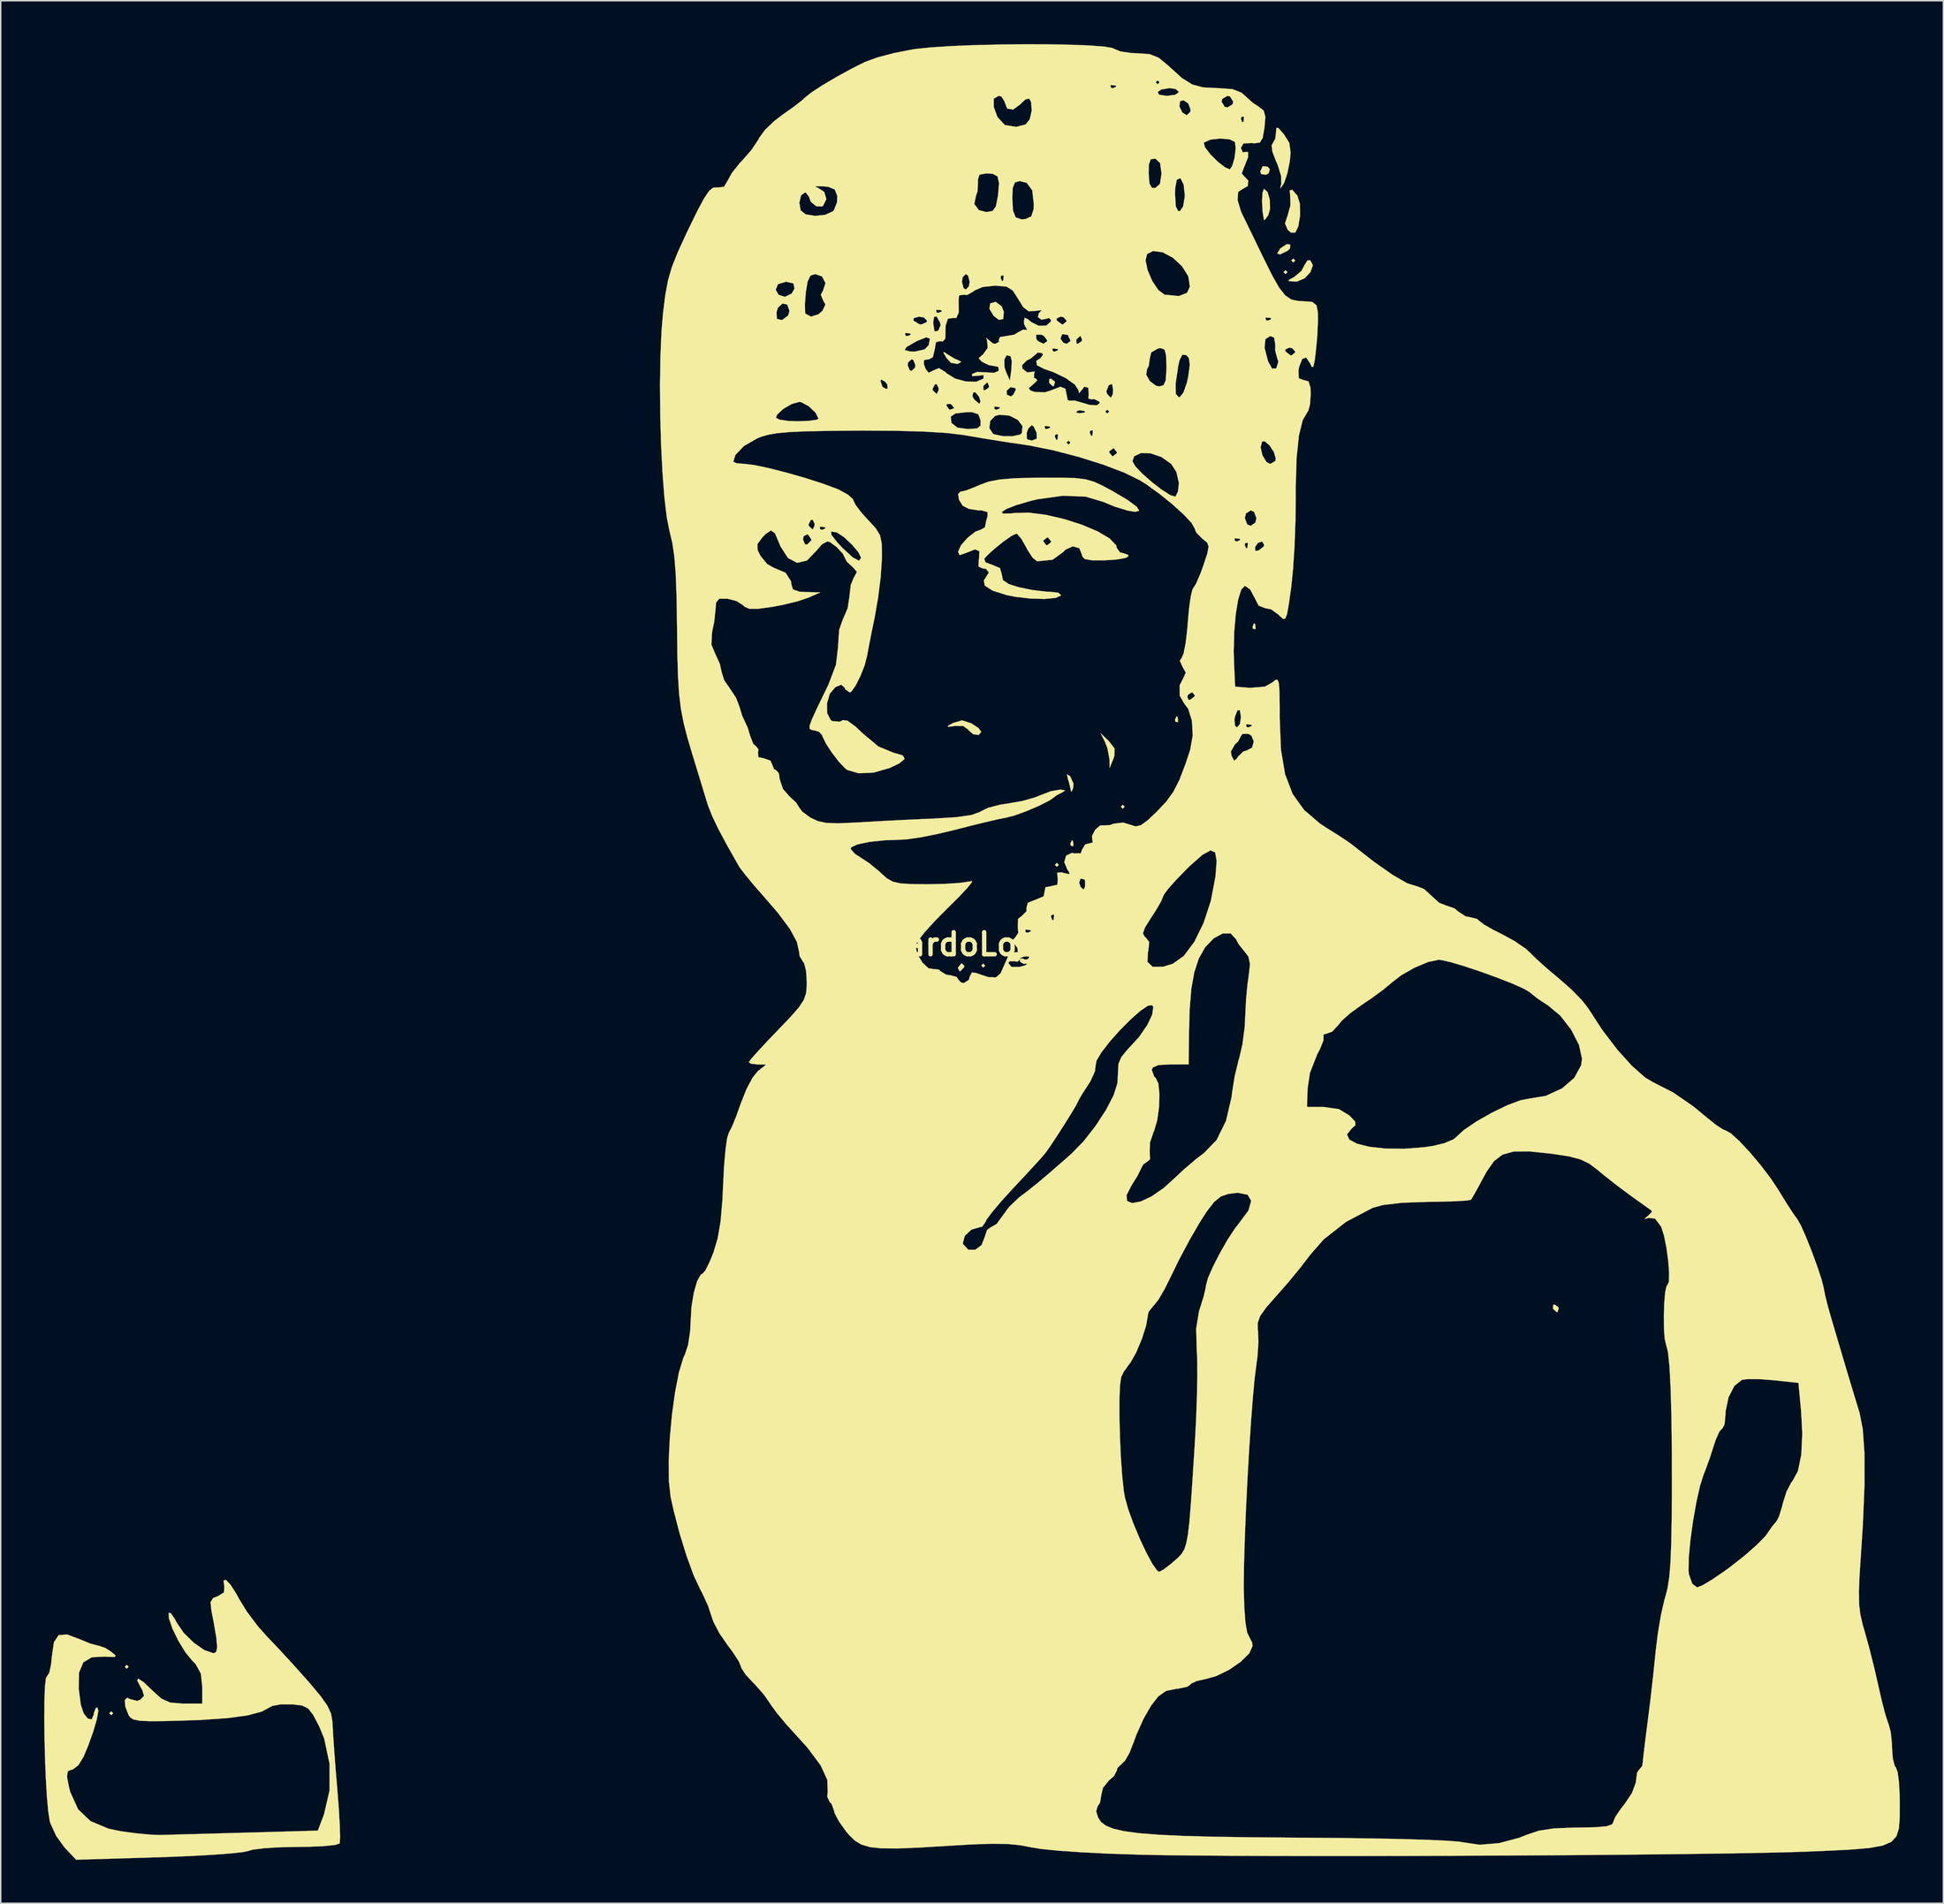
<source format=kicad_pcb>
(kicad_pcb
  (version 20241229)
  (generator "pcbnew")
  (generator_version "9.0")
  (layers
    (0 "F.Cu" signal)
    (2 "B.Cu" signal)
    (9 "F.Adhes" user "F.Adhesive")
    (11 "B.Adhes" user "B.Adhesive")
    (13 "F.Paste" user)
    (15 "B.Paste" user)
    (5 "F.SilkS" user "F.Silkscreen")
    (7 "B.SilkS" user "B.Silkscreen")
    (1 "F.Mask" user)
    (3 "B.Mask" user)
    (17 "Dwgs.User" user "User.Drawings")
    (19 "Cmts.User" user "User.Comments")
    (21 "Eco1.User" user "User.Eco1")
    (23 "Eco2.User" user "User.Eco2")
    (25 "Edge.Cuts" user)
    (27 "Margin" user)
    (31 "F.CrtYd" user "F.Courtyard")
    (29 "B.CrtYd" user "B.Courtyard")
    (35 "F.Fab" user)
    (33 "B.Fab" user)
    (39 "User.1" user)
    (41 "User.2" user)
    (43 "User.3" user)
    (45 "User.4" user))
  (footprint "RicardoLogo2"
    (layer "F.Cu")
    (at 63.577 62.119)
    (property "Reference" "RicardoLogo2" (at 0 0 0) (layer "F.SilkS") (effects (font (size 1.524 1.524) (thickness 0.3))))
    (attr through_hole)
    (fp_poly (pts (xy -58.821 53.073) (xy -58.955 53.206) (xy -59.088 53.073) (xy -58.955 52.939) (xy -58.821 53.073)) (stroke (width 0.01) (type solid)) (fill yes) (layer "F.SilkS"))
    (fp_poly (pts (xy -57.752 49.864) (xy -57.885 49.998) (xy -58.019 49.864) (xy -57.885 49.731) (xy -57.752 49.864)) (stroke (width 0.01) (type solid)) (fill yes) (layer "F.SilkS"))
    (fp_poly (pts (xy 1.337 1.471) (xy 1.203 1.604) (xy 1.069 1.471) (xy 1.203 1.337) (xy 1.337 1.471)) (stroke (width 0.01) (type solid)) (fill yes) (layer "F.SilkS"))
    (fp_poly (pts (xy 6.417 -5.481) (xy 6.283 -5.347) (xy 6.149 -5.481) (xy 6.283 -5.615) (xy 6.417 -5.481)) (stroke (width 0.01) (type solid)) (fill yes) (layer "F.SilkS"))
    (fp_poly (pts (xy 10.962 -9.492) (xy 10.828 -9.358) (xy 10.695 -9.492) (xy 10.828 -9.625) (xy 10.962 -9.492)) (stroke (width 0.01) (type solid)) (fill yes) (layer "F.SilkS"))
    (fp_poly (pts (xy 22.192 -46.388) (xy 22.058 -46.255) (xy 21.924 -46.388) (xy 22.058 -46.522) (xy 22.192 -46.388)) (stroke (width 0.01) (type solid)) (fill yes) (layer "F.SilkS"))
    (fp_poly (pts (xy 22.726 -47.191) (xy 22.593 -47.057) (xy 22.459 -47.191) (xy 22.593 -47.324) (xy 22.726 -47.191)) (stroke (width 0.01) (type solid)) (fill yes) (layer "F.SilkS"))
    (fp_poly (pts (xy 7.397 -7.13) (xy 7.429 -6.813) (xy 7.397 -6.773) (xy 7.238 -6.81) (xy 7.219 -6.952) (xy 7.317 -7.172) (xy 7.397 -7.13)) (stroke (width 0.01) (type solid)) (fill yes) (layer "F.SilkS"))
    (fp_poly (pts (xy 14.616 -15.686) (xy 14.648 -15.368) (xy 14.616 -15.329) (xy 14.457 -15.366) (xy 14.438 -15.507) (xy 14.536 -15.727) (xy 14.616 -15.686)) (stroke (width 0.01) (type solid)) (fill yes) (layer "F.SilkS"))
    (fp_poly (pts (xy 19.964 -22.102) (xy 19.996 -21.785) (xy 19.964 -21.746) (xy 19.805 -21.783) (xy 19.785 -21.924) (xy 19.883 -22.144) (xy 19.964 -22.102)) (stroke (width 0.01) (type solid)) (fill yes) (layer "F.SilkS"))
    (fp_poly (pts (xy 20.828 -53.662) (xy 20.971 -53.502) (xy 20.9 -53.219) (xy 20.72 -53.109) (xy 20.376 -53.151) (xy 20.32 -53.348) (xy 20.488 -53.701) (xy 20.828 -53.662)) (stroke (width 0.01) (type solid)) (fill yes) (layer "F.SilkS"))
    (fp_poly (pts (xy -0.092 1.501) (xy -0.134 1.604) (xy -0.374 1.859) (xy -0.417 1.872) (xy -0.532 1.665) (xy -0.535 1.604) (xy -0.329 1.347) (xy -0.252 1.337) (xy -0.092 1.501)) (stroke (width 0.01) (type solid)) (fill yes) (layer "F.SilkS"))
    (fp_poly (pts (xy 6.139 -38.842) (xy 6.149 -38.768) (xy 6.058 -38.508) (xy 6.032 -38.501) (xy 5.803 -38.688) (xy 5.748 -38.768) (xy 5.77 -39.015) (xy 5.866 -39.036) (xy 6.139 -38.842)) (stroke (width 0.01) (type solid)) (fill yes) (layer "F.SilkS"))
    (fp_poly (pts (xy 22.378 -48.296) (xy 22.364 -48.014) (xy 22.184 -47.849) (xy 21.68 -47.611) (xy 21.486 -47.674) (xy 21.686 -48.001) (xy 21.727 -48.044) (xy 22.143 -48.318) (xy 22.378 -48.296)) (stroke (width 0.01) (type solid)) (fill yes) (layer "F.SilkS"))
    (fp_poly (pts (xy 40.896 25.059) (xy 40.907 25.133) (xy 40.816 25.393) (xy 40.789 25.4) (xy 40.561 25.213) (xy 40.506 25.133) (xy 40.528 24.886) (xy 40.624 24.865) (xy 40.896 25.059)) (stroke (width 0.01) (type solid)) (fill yes) (layer "F.SilkS"))
    (fp_poly (pts (xy -1.313 -40.743) (xy -0.764 -40.411) (xy -0.548 -40.324) (xy -0.304 -40.197) (xy -0.567 -40.047) (xy -1.024 -40.13) (xy -1.332 -40.466) (xy -1.551 -40.851) (xy -1.463 -40.856) (xy -1.313 -40.743)) (stroke (width 0.01) (type solid)) (fill yes) (layer "F.SilkS"))
    (fp_poly (pts (xy 2.072 -44.333) (xy 2.476 -44.028) (xy 2.625 -43.645) (xy 2.581 -43.144) (xy 2.279 -43.098) (xy 1.925 -43.367) (xy 1.633 -43.847) (xy 1.683 -44.228) (xy 2.052 -44.337) (xy 2.072 -44.333)) (stroke (width 0.01) (type solid)) (fill yes) (layer "F.SilkS"))
    (fp_poly (pts (xy 7.182 -11.613) (xy 7.205 -11.592) (xy 7.426 -11.1) (xy 7.409 -10.79) (xy 7.295 -10.519) (xy 7.25 -10.606) (xy 7.139 -11.114) (xy 7.046 -11.408) (xy 6.976 -11.729) (xy 7.182 -11.613)) (stroke (width 0.01) (type solid)) (fill yes) (layer "F.SilkS"))
    (fp_poly (pts (xy 9.872 -14.02) (xy 10.262 -13.513) (xy 10.252 -12.997) (xy 10.187 -12.817) (xy 9.927 -12.165) (xy 9.91 -12.784) (xy 9.77 -13.535) (xy 9.595 -13.988) (xy 9.297 -14.572) (xy 9.872 -14.02)) (stroke (width 0.01) (type solid)) (fill yes) (layer "F.SilkS"))
    (fp_poly (pts (xy 20.822 -51.908) (xy 20.974 -51.373) (xy 20.992 -50.753) (xy 20.87 -50.322) (xy 20.641 -50.008) (xy 20.568 -49.998) (xy 20.472 -50.597) (xy 20.439 -51.288) (xy 20.47 -51.867) (xy 20.563 -52.135) (xy 20.574 -52.137) (xy 20.822 -51.908)) (stroke (width 0.01) (type solid)) (fill yes) (layer "F.SilkS"))
    (fp_poly (pts (xy 23.944 -46.857) (xy 23.776 -46.388) (xy 23.377 -45.963) (xy 22.859 -45.743) (xy 22.75 -45.738) (xy 22.276 -45.767) (xy 22.305 -45.867) (xy 22.636 -46.036) (xy 23.152 -46.469) (xy 23.354 -46.847) (xy 23.573 -47.202) (xy 23.768 -47.208) (xy 23.944 -46.857)) (stroke (width 0.01) (type solid)) (fill yes) (layer "F.SilkS"))
    (fp_poly (pts (xy 22.871 -51.676) (xy 23.049 -51.107) (xy 23.066 -50.302) (xy 22.935 -49.531) (xy 22.734 -49.118) (xy 22.438 -49.113) (xy 22.215 -49.301) (xy 22.022 -49.754) (xy 22.198 -50.278) (xy 22.399 -51.006) (xy 22.388 -51.498) (xy 22.347 -52.029) (xy 22.522 -52.07) (xy 22.871 -51.676)) (stroke (width 0.01) (type solid)) (fill yes) (layer "F.SilkS"))
    (fp_poly (pts (xy 0.388 -15.247) (xy 0.405 -15.238) (xy 0.889 -14.909) (xy 1.069 -14.66) (xy 0.889 -14.449) (xy 0.518 -14.494) (xy 0.209 -14.752) (xy 0.183 -14.806) (xy -0.183 -15.064) (xy -0.714 -15.068) (xy -1.219 -15.009) (xy -1.23 -15.078) (xy -0.865 -15.278) (xy -0.253 -15.455) (xy 0.388 -15.247)) (stroke (width 0.01) (type solid)) (fill yes) (layer "F.SilkS"))
    (fp_poly (pts (xy 21.561 -56.336) (xy 21.917 -55.936) (xy 21.961 -55.883) (xy 22.319 -55.305) (xy 22.409 -54.631) (xy 22.355 -54.059) (xy 22.191 -53.231) (xy 21.974 -52.578) (xy 21.906 -52.452) (xy 21.698 -52.157) (xy 21.721 -52.332) (xy 21.768 -52.488) (xy 21.752 -53.019) (xy 21.527 -53.764) (xy 21.412 -54.025) (xy 21.154 -54.692) (xy 21.099 -55.144) (xy 21.147 -55.227) (xy 21.346 -55.586) (xy 21.398 -55.963) (xy 21.425 -56.34) (xy 21.561 -56.336)) (stroke (width 0.01) (type solid)) (fill yes) (layer "F.SilkS"))
    (fp_poly (pts (xy 7.542 -32.176) (xy 8.248 -32.092) (xy 8.833 -31.926) (xy 9.433 -31.652) (xy 10.143 -31.268) (xy 11.178 -30.654) (xy 11.791 -30.199) (xy 11.965 -29.923) (xy 11.684 -29.846) (xy 11.177 -29.928) (xy 10.268 -30.205) (xy 9.492 -30.529) (xy 8.26 -30.894) (xy 6.705 -30.955) (xy 4.945 -30.711) (xy 4.495 -30.604) (xy 3.501 -30.314) (xy 2.817 -30.049) (xy 2.488 -29.84) (xy 2.559 -29.723) (xy 3.078 -29.731) (xy 3.342 -29.764) (xy 4.348 -29.79) (xy 5.538 -29.637) (xy 6.802 -29.344) (xy 8.029 -28.949) (xy 9.107 -28.491) (xy 9.926 -28.006) (xy 10.374 -27.534) (xy 10.426 -27.338) (xy 10.643 -27.042) (xy 10.828 -27.004) (xy 11.185 -26.881) (xy 11.229 -26.777) (xy 10.986 -26.65) (xy 10.355 -26.548) (xy 9.625 -26.501) (xy 8.709 -26.5) (xy 8.214 -26.583) (xy 8.031 -26.776) (xy 8.021 -26.871) (xy 7.832 -27.332) (xy 7.388 -27.463) (xy 6.876 -27.235) (xy 6.717 -27.067) (xy 5.985 -26.537) (xy 4.945 -26.435) (xy 4.91 -26.439) (xy 4.61 -26.679) (xy 4.247 -27.237) (xy 4.162 -27.405) (xy 3.935 -27.806) (xy 5.347 -27.806) (xy 5.551 -27.547) (xy 5.615 -27.539) (xy 5.874 -27.742) (xy 5.882 -27.806) (xy 5.679 -28.066) (xy 5.615 -28.074) (xy 5.355 -27.87) (xy 5.347 -27.806) (xy 3.935 -27.806) (xy 3.823 -28.004) (xy 3.536 -28.324) (xy 3.484 -28.341) (xy 3.151 -28.181) (xy 2.593 -27.787) (xy 1.976 -27.291) (xy 1.465 -26.822) (xy 1.277 -26.607) (xy 1.352 -26.365) (xy 1.812 -26.192) (xy 2.362 -25.96) (xy 2.486 -25.512) (xy 2.486 -25.509) (xy 2.562 -25.136) (xy 2.958 -24.864) (xy 3.626 -24.65) (xy 4.602 -24.447) (xy 5.553 -24.337) (xy 5.768 -24.331) (xy 6.374 -24.267) (xy 6.566 -24.099) (xy 6.551 -24.063) (xy 6.183 -23.901) (xy 5.442 -23.833) (xy 4.479 -23.858) (xy 3.447 -23.975) (xy 2.828 -24.095) (xy 1.848 -24.405) (xy 1.306 -24.757) (xy 1.244 -25.121) (xy 1.326 -25.228) (xy 1.591 -25.663) (xy 1.393 -25.908) (xy 1.174 -25.935) (xy 0.88 -26.065) (xy 0.895 -26.535) (xy 0.912 -26.603) (xy 0.939 -27.128) (xy 0.638 -27.255) (xy -0.016 -26.995) (xy -0.018 -26.995) (xy -0.424 -26.856) (xy -0.535 -27.082) (xy -0.337 -27.531) (xy 0.129 -28.061) (xy 0.667 -28.48) (xy 1.02 -28.608) (xy 1.318 -28.771) (xy 1.337 -28.854) (xy 1.425 -29.302) (xy 1.499 -29.522) (xy 1.495 -29.829) (xy 1.091 -29.94) (xy 0.884 -29.945) (xy 0.207 -30.05) (xy -0.214 -30.266) (xy -0.468 -30.677) (xy -0.526 -31.076) (xy -0.362 -31.245) (xy -0.334 -31.241) (xy 0.011 -31.319) (xy 0.644 -31.564) (xy 0.936 -31.694) (xy 1.556 -31.923) (xy 2.315 -32.074) (xy 3.333 -32.161) (xy 4.729 -32.199) (xy 5.214 -32.203) (xy 6.576 -32.204) (xy 7.542 -32.176)) (stroke (width 0.01) (type solid)) (fill yes) (layer "F.SilkS"))
    (fp_poly (pts (xy -50.72 44.204) (xy -50.306 44.856) (xy -50.142 45.165) (xy -49.577 46.085) (xy -48.806 47.102) (xy -48.199 47.782) (xy -47.399 48.622) (xy -46.436 49.668) (xy -45.493 50.721) (xy -45.319 50.919) (xy -44.527 51.859) (xy -44.039 52.55) (xy -43.784 53.119) (xy -43.689 53.696) (xy -43.682 53.85) (xy -43.646 54.54) (xy -43.573 55.617) (xy -43.472 56.935) (xy -43.355 58.348) (xy -43.352 58.385) (xy -43.25 59.694) (xy -43.187 60.813) (xy -43.166 61.631) (xy -43.192 62.042) (xy -43.2 62.061) (xy -43.511 62.158) (xy -44.24 62.236) (xy -45.266 62.285) (xy -46.154 62.297) (xy -47.375 62.322) (xy -48.434 62.389) (xy -49.193 62.487) (xy -49.469 62.567) (xy -49.878 62.655) (xy -50.736 62.748) (xy -51.954 62.839) (xy -53.446 62.922) (xy -55.125 62.991) (xy -55.673 63.009) (xy -61.373 63.18) (xy -62.169 62.339) (xy -62.746 61.545) (xy -63.153 60.658) (xy -63.199 60.493) (xy -63.302 59.821) (xy -63.392 58.811) (xy -63.466 57.563) (xy -63.521 56.177) (xy -63.557 54.753) (xy -63.572 53.391) (xy -63.562 52.19) (xy -63.527 51.25) (xy -63.463 50.67) (xy -63.398 50.533) (xy -63.232 50.291) (xy -63.098 49.672) (xy -63.046 49.131) (xy -62.907 48.167) (xy -62.584 47.682) (xy -62.002 47.633) (xy -61.104 47.97) (xy -60.415 48.255) (xy -59.897 48.398) (xy -59.85 48.402) (xy -59.371 48.562) (xy -58.955 48.824) (xy -58.644 49.091) (xy -58.715 49.189) (xy -59.236 49.171) (xy -59.393 49.159) (xy -60.294 49.207) (xy -60.879 49.557) (xy -61.172 50.257) (xy -61.197 51.357) (xy -61.056 52.471) (xy -60.859 53.074) (xy -60.571 53.44) (xy -60.301 53.495) (xy -60.161 53.166) (xy -60.158 53.073) (xy -60.022 52.717) (xy -59.907 52.672) (xy -59.842 52.898) (xy -59.951 53.497) (xy -60.198 54.348) (xy -60.551 55.33) (xy -60.865 56.081) (xy -61.222 56.659) (xy -61.593 56.944) (xy -61.641 56.949) (xy -61.938 57.057) (xy -62.008 57.443) (xy -61.86 58.199) (xy -61.767 58.535) (xy -61.24 59.695) (xy -60.388 60.511) (xy -59.146 61.034) (xy -58.321 61.208) (xy -57.24 61.355) (xy -56.226 61.45) (xy -55.613 61.472) (xy -55.049 61.458) (xy -54.055 61.431) (xy -52.736 61.395) (xy -51.198 61.353) (xy -49.689 61.311) (xy -44.702 61.171) (xy -44.275 60.054) (xy -43.89 58.389) (xy -43.89 56.573) (xy -44.262 54.816) (xy -44.592 54.008) (xy -45.017 53.194) (xy -45.364 52.745) (xy -45.78 52.54) (xy -46.409 52.46) (xy -46.475 52.455) (xy -47.261 52.457) (xy -47.837 52.563) (xy -47.946 52.62) (xy -48.577 52.959) (xy -49.545 53.217) (xy -50.906 53.404) (xy -52.716 53.529) (xy -53.813 53.571) (xy -55.293 53.612) (xy -56.327 53.619) (xy -57.004 53.586) (xy -57.413 53.502) (xy -57.641 53.362) (xy -57.757 53.196) (xy -57.986 52.601) (xy -58.014 52.156) (xy -57.85 51.998) (xy -57.676 52.089) (xy -57.155 52.219) (xy -56.941 52.13) (xy -56.691 51.868) (xy -56.805 51.478) (xy -56.901 51.317) (xy -57.162 50.804) (xy -57.09 50.676) (xy -56.716 50.926) (xy -56.143 51.472) (xy -55.492 52.062) (xy -54.884 52.334) (xy -54.047 52.404) (xy -53.956 52.404) (xy -52.672 52.404) (xy -52.672 51.248) (xy -52.769 50.34) (xy -53.123 49.69) (xy -53.354 49.45) (xy -53.838 48.863) (xy -54.325 48.066) (xy -54.732 47.228) (xy -54.976 46.515) (xy -54.995 46.14) (xy -54.838 46.167) (xy -54.56 46.579) (xy -54.453 46.789) (xy -53.961 47.513) (xy -53.261 48.203) (xy -52.517 48.72) (xy -51.894 48.928) (xy -51.886 48.928) (xy -51.71 48.839) (xy -51.647 48.515) (xy -51.7 47.879) (xy -51.874 46.85) (xy -52.033 46.039) (xy -52.104 45.417) (xy -51.931 45.118) (xy -51.617 44.999) (xy -51.174 44.729) (xy -51.154 44.346) (xy -51.203 43.901) (xy -51.038 43.87) (xy -50.72 44.204)) (stroke (width 0.01) (type solid)) (fill yes) (layer "F.SilkS"))
    (fp_poly (pts (xy 5.593 -62.111) (xy 7.143 -62.084) (xy 8.469 -62.035) (xy 9.482 -61.961) (xy 10.094 -61.864) (xy 10.223 -61.806) (xy 10.661 -61.621) (xy 11.412 -61.509) (xy 11.813 -61.495) (xy 12.675 -61.436) (xy 13.31 -61.185) (xy 13.979 -60.632) (xy 14.062 -60.553) (xy 14.911 -59.784) (xy 15.616 -59.341) (xy 16.369 -59.138) (xy 17.369 -59.088) (xy 17.397 -59.088) (xy 18.397 -59.017) (xy 19.019 -58.776) (xy 19.219 -58.596) (xy 19.809 -58.067) (xy 20.206 -57.809) (xy 20.551 -57.539) (xy 20.667 -57.112) (xy 20.607 -56.364) (xy 20.481 -55.648) (xy 20.285 -55.331) (xy 19.908 -55.279) (xy 19.718 -55.298) (xy 19.157 -55.269) (xy 18.983 -54.968) (xy 18.983 -54.948) (xy 19.108 -54.656) (xy 19.251 -54.677) (xy 19.481 -54.675) (xy 19.475 -54.315) (xy 19.235 -53.713) (xy 19.212 -53.669) (xy 19.04 -53.197) (xy 19.212 -52.996) (xy 19.491 -52.708) (xy 19.451 -52.329) (xy 19.123 -52.137) (xy 19.117 -52.137) (xy 18.791 -51.927) (xy 18.749 -51.368) (xy 18.99 -50.567) (xy 19.089 -50.354) (xy 19.376 -49.765) (xy 19.816 -48.859) (xy 20.326 -47.804) (xy 20.492 -47.46) (xy 21.128 -46.178) (xy 21.623 -45.309) (xy 22.047 -44.774) (xy 22.47 -44.495) (xy 22.965 -44.392) (xy 23.262 -44.383) (xy 23.908 -44.332) (xy 24.195 -44.095) (xy 24.285 -43.648) (xy 24.296 -42.992) (xy 24.251 -42.035) (xy 24.178 -41.175) (xy 24.072 -40.28) (xy 23.976 -39.858) (xy 23.865 -39.848) (xy 23.756 -40.084) (xy 23.485 -40.49) (xy 23.214 -40.403) (xy 23 -39.858) (xy 22.95 -39.571) (xy 22.976 -39.066) (xy 23.293 -38.937) (xy 23.328 -38.939) (xy 23.646 -38.847) (xy 23.779 -38.421) (xy 23.796 -37.981) (xy 23.751 -37.283) (xy 23.639 -36.84) (xy 23.613 -36.803) (xy 23.244 -36.172) (xy 22.982 -35.108) (xy 22.823 -33.581) (xy 22.761 -31.564) (xy 22.762 -30.854) (xy 22.744 -29.212) (xy 22.681 -27.501) (xy 22.58 -25.919) (xy 22.454 -24.666) (xy 22.449 -24.63) (xy 22.288 -23.485) (xy 22.165 -22.793) (xy 22.044 -22.475) (xy 21.89 -22.455) (xy 21.668 -22.654) (xy 21.593 -22.733) (xy 21.068 -23.114) (xy 20.63 -23.204) (xy 20.202 -23.371) (xy 19.919 -23.924) (xy 19.62 -24.485) (xy 19.265 -24.731) (xy 19.251 -24.732) (xy 19.006 -24.482) (xy 18.793 -23.801) (xy 18.626 -22.792) (xy 18.518 -21.56) (xy 18.485 -20.208) (xy 18.507 -19.384) (xy 18.582 -17.78) (xy 19.611 -17.695) (xy 20.636 -17.781) (xy 21.148 -18.071) (xy 21.369 -18.249) (xy 21.514 -18.254) (xy 21.6 -18.009) (xy 21.642 -17.435) (xy 21.656 -16.455) (xy 21.657 -15.554) (xy 21.743 -13.433) (xy 22.028 -11.735) (xy 22.548 -10.375) (xy 23.342 -9.267) (xy 24.446 -8.324) (xy 24.952 -7.993) (xy 25.723 -7.509) (xy 26.329 -7.11) (xy 26.562 -6.943) (xy 28.164 -5.692) (xy 29.471 -4.776) (xy 30.455 -4.21) (xy 31.092 -4.011) (xy 31.105 -4.011) (xy 31.615 -3.813) (xy 32.132 -3.342) (xy 32.646 -2.869) (xy 33.14 -2.674) (xy 33.713 -2.48) (xy 33.956 -2.273) (xy 34.475 -1.93) (xy 34.775 -1.872) (xy 35.267 -1.75) (xy 35.416 -1.621) (xy 35.727 -1.377) (xy 36.369 -1.009) (xy 36.969 -0.708) (xy 37.855 -0.226) (xy 38.614 0.295) (xy 38.928 0.579) (xy 39.424 1.068) (xy 40.175 1.737) (xy 40.973 2.406) (xy 41.8 3.136) (xy 42.513 3.868) (xy 42.935 4.412) (xy 43.908 5.909) (xy 44.943 7.267) (xy 45.957 8.394) (xy 46.871 9.197) (xy 47.394 9.51) (xy 48.812 10.236) (xy 50.179 11.177) (xy 51.135 11.965) (xy 51.764 12.469) (xy 52.244 12.782) (xy 52.387 12.834) (xy 52.764 13.035) (xy 53.359 13.573) (xy 54.082 14.345) (xy 54.843 15.25) (xy 55.553 16.188) (xy 56.074 16.978) (xy 56.609 17.848) (xy 57.078 18.572) (xy 57.375 18.984) (xy 57.62 19.419) (xy 57.968 20.205) (xy 58.359 21.185) (xy 58.732 22.202) (xy 59.029 23.098) (xy 59.189 23.715) (xy 59.199 23.796) (xy 59.29 24.254) (xy 59.49 25.038) (xy 59.706 25.801) (xy 60.413 28.196) (xy 60.982 30.105) (xy 61.42 31.556) (xy 61.66 32.332) (xy 61.884 33.485) (xy 61.998 35.149) (xy 62 37.326) (xy 61.89 40.021) (xy 61.76 42.039) (xy 61.658 43.568) (xy 61.613 44.693) (xy 61.629 45.544) (xy 61.713 46.248) (xy 61.871 46.934) (xy 62.002 47.386) (xy 62.317 48.517) (xy 62.661 49.881) (xy 62.959 51.184) (xy 62.962 51.201) (xy 63.205 52.263) (xy 63.441 53.161) (xy 63.627 53.734) (xy 63.659 53.804) (xy 63.809 54.353) (xy 63.894 55.166) (xy 63.901 55.46) (xy 63.956 56.216) (xy 64.095 56.725) (xy 64.168 56.816) (xy 64.289 57.141) (xy 64.381 57.868) (xy 64.431 58.863) (xy 64.436 59.307) (xy 64.431 60.277) (xy 64.375 61.018) (xy 64.203 61.562) (xy 63.85 61.947) (xy 63.254 62.204) (xy 62.349 62.37) (xy 61.071 62.479) (xy 59.356 62.564) (xy 58.286 62.61) (xy 56.929 62.657) (xy 55.098 62.7) (xy 52.854 62.741) (xy 50.257 62.778) (xy 47.369 62.812) (xy 44.249 62.842) (xy 40.959 62.868) (xy 37.559 62.889) (xy 34.11 62.905) (xy 30.673 62.917) (xy 27.308 62.923) (xy 24.077 62.923) (xy 21.039 62.918) (xy 18.256 62.907) (xy 15.789 62.889) (xy 13.697 62.864) (xy 12.043 62.832) (xy 12.032 62.832) (xy 9.899 62.762) (xy 7.989 62.668) (xy 6.381 62.556) (xy 5.156 62.431) (xy 4.466 62.315) (xy 3.715 62.173) (xy 2.875 62.094) (xy 1.837 62.077) (xy 0.49 62.121) (xy -1.278 62.224) (xy -1.283 62.224) (xy -3.217 62.342) (xy -4.698 62.403) (xy -5.804 62.395) (xy -6.615 62.308) (xy -7.209 62.131) (xy -7.667 61.85) (xy -8.066 61.456) (xy -8.265 61.217) (xy -8.75 60.536) (xy -9.047 59.972) (xy -9.078 59.84) (xy 8.994 59.84) (xy 9.134 60.279) (xy 9.335 60.579) (xy 9.674 60.831) (xy 10.192 61.041) (xy 10.933 61.211) (xy 11.94 61.347) (xy 13.256 61.452) (xy 14.923 61.532) (xy 16.986 61.589) (xy 19.487 61.628) (xy 22.47 61.654) (xy 23.261 61.659) (xy 25.852 61.68) (xy 28.191 61.713) (xy 30.23 61.756) (xy 31.918 61.808) (xy 33.208 61.868) (xy 34.049 61.934) (xy 34.357 61.986) (xy 35.452 62.147) (xy 36.793 62.032) (xy 38.181 61.665) (xy 38.687 61.462) (xy 39.532 61.177) (xy 40.582 61.017) (xy 41.989 60.961) (xy 42.23 60.96) (xy 43.458 60.938) (xy 44.223 60.866) (xy 44.591 60.734) (xy 44.651 60.616) (xy 44.813 60.217) (xy 45.223 59.615) (xy 45.442 59.346) (xy 45.955 58.582) (xy 46.228 57.845) (xy 46.244 57.685) (xy 46.318 57.151) (xy 46.465 56.949) (xy 46.656 56.727) (xy 46.702 56.482) (xy 46.748 56.016) (xy 46.848 55.171) (xy 46.984 54.097) (xy 47.048 53.607) (xy 47.234 52.115) (xy 47.425 50.436) (xy 47.582 48.912) (xy 47.593 48.795) (xy 47.75 47.515) (xy 47.964 46.259) (xy 48.195 45.25) (xy 48.254 45.052) (xy 48.41 44.458) (xy 48.527 43.708) (xy 48.568 43.227) (xy 49.86 43.227) (xy 49.888 43.481) (xy 50.122 44.141) (xy 50.46 44.383) (xy 50.841 44.23) (xy 51.524 43.82) (xy 52.39 43.226) (xy 52.844 42.892) (xy 53.782 42.146) (xy 54.595 41.427) (xy 55.154 40.853) (xy 55.279 40.686) (xy 55.655 40.142) (xy 55.925 39.832) (xy 55.926 39.831) (xy 56.098 39.504) (xy 56.301 38.852) (xy 56.369 38.573) (xy 56.623 37.769) (xy 56.947 37.147) (xy 57.036 37.039) (xy 57.411 36.35) (xy 57.639 35.231) (xy 57.709 33.77) (xy 57.629 32.243) (xy 57.444 30.271) (xy 55.734 30.087) (xy 54.764 30.014) (xy 53.959 30.008) (xy 53.548 30.058) (xy 53.025 30.477) (xy 52.622 31.262) (xy 52.416 32.246) (xy 52.404 32.539) (xy 52.345 33.136) (xy 52.199 33.418) (xy 52.18 33.421) (xy 51.976 33.653) (xy 51.723 34.237) (xy 51.619 34.557) (xy 51.313 35.503) (xy 50.981 36.399) (xy 50.917 36.553) (xy 50.658 37.361) (xy 50.402 38.499) (xy 50.171 39.811) (xy 49.988 41.141) (xy 49.877 42.332) (xy 49.86 43.227) (xy 48.568 43.227) (xy 48.61 42.723) (xy 48.666 41.426) (xy 48.698 39.738) (xy 48.711 37.966) (xy 48.709 35.07) (xy 48.681 32.618) (xy 48.625 30.629) (xy 48.544 29.12) (xy 48.438 28.11) (xy 48.308 27.616) (xy 48.214 27.215) (xy 48.165 26.495) (xy 48.157 25.615) (xy 48.188 24.73) (xy 48.252 23.998) (xy 48.348 23.576) (xy 48.398 23.528) (xy 48.506 23.292) (xy 48.521 22.681) (xy 48.459 21.848) (xy 48.336 20.94) (xy 48.169 20.108) (xy 47.975 19.503) (xy 47.954 19.46) (xy 47.546 18.932) (xy 47.122 18.884) (xy 46.822 18.955) (xy 46.998 18.792) (xy 47.049 18.756) (xy 47.321 18.481) (xy 47.316 18.385) (xy 47.047 18.192) (xy 46.478 17.785) (xy 45.894 17.368) (xy 44.964 16.677) (xy 44.03 15.943) (xy 43.608 15.591) (xy 43.023 15.145) (xy 42.409 14.847) (xy 41.602 14.637) (xy 40.435 14.459) (xy 40.359 14.449) (xy 38.876 14.296) (xy 37.803 14.305) (xy 37.028 14.516) (xy 36.441 14.966) (xy 35.931 15.694) (xy 35.73 16.06) (xy 35.309 16.844) (xy 34.986 17.419) (xy 34.85 17.635) (xy 34.552 17.687) (xy 33.834 17.732) (xy 32.812 17.765) (xy 31.872 17.778) (xy 30.102 17.839) (xy 28.786 17.994) (xy 28.071 18.19) (xy 26.242 19.152) (xy 24.697 20.362) (xy 23.776 21.414) (xy 23.114 22.281) (xy 22.268 23.308) (xy 21.443 24.249) (xy 20.719 25.074) (xy 20.308 25.655) (xy 20.141 26.125) (xy 20.148 26.612) (xy 20.158 26.679) (xy 20.188 27.446) (xy 20.122 28.456) (xy 20.039 29.085) (xy 19.922 30.014) (xy 19.797 31.374) (xy 19.669 33.059) (xy 19.544 34.965) (xy 19.429 36.988) (xy 19.329 39.023) (xy 19.25 40.965) (xy 19.197 42.711) (xy 19.177 44.155) (xy 19.178 44.479) (xy 19.215 45.805) (xy 19.297 46.846) (xy 19.414 47.505) (xy 19.493 47.674) (xy 19.753 48.185) (xy 19.785 48.425) (xy 19.557 48.935) (xy 18.965 49.521) (xy 18.154 50.08) (xy 17.264 50.511) (xy 16.617 50.691) (xy 15.934 50.846) (xy 15.543 51.025) (xy 15.507 51.085) (xy 15.271 51.245) (xy 14.686 51.368) (xy 14.516 51.385) (xy 13.813 51.53) (xy 13.276 51.913) (xy 12.789 52.538) (xy 12.258 53.461) (xy 11.77 54.55) (xy 11.611 54.994) (xy 11.299 55.794) (xy 10.974 56.36) (xy 10.797 56.523) (xy 10.462 56.852) (xy 10.427 57.01) (xy 10.223 57.41) (xy 9.893 57.69) (xy 9.468 58.209) (xy 9.358 58.674) (xy 9.263 59.236) (xy 9.101 59.483) (xy 8.994 59.84) (xy -9.078 59.84) (xy -9.091 59.788) (xy -9.262 59.317) (xy -9.381 59.208) (xy -9.557 58.837) (xy -9.529 58.481) (xy -9.553 57.669) (xy -10.013 56.665) (xy -10.923 55.446) (xy -11.617 54.677) (xy -12.381 53.837) (xy -13.031 53.059) (xy -13.449 52.487) (xy -13.497 52.404) (xy -13.929 51.781) (xy -14.541 51.088) (xy -14.681 50.951) (xy -15.194 50.395) (xy -15.484 49.949) (xy -15.507 49.852) (xy -15.663 49.482) (xy -16.064 48.862) (xy -16.436 48.364) (xy -16.998 47.55) (xy -17.414 46.755) (xy -17.538 46.388) (xy -17.784 45.644) (xy -18.185 44.768) (xy -18.322 44.517) (xy -18.767 43.565) (xy -19.253 42.239) (xy -19.732 40.693) (xy -20.154 39.08) (xy -20.364 38.122) (xy -20.481 37.054) (xy -20.494 35.663) (xy -20.418 34.082) (xy -20.267 32.446) (xy -20.127 31.43) (xy 10.6 31.43) (xy 10.602 32.672) (xy 10.637 34.055) (xy 10.702 35.45) (xy 10.793 36.724) (xy 10.905 37.749) (xy 10.974 38.157) (xy 11.203 38.981) (xy 11.564 39.976) (xy 12.001 41.02) (xy 12.458 41.992) (xy 12.88 42.771) (xy 13.212 43.236) (xy 13.338 43.314) (xy 13.645 43.15) (xy 14.175 42.741) (xy 14.394 42.551) (xy 14.677 42.295) (xy 14.901 42.052) (xy 15.075 41.754) (xy 15.213 41.335) (xy 15.326 40.728) (xy 15.426 39.868) (xy 15.523 38.686) (xy 15.631 37.118) (xy 15.761 35.097) (xy 15.791 34.624) (xy 15.883 32.922) (xy 15.945 31.264) (xy 15.973 29.781) (xy 15.965 28.603) (xy 15.935 28.014) (xy 15.894 26.517) (xy 16.092 25.321) (xy 16.171 25.073) (xy 16.416 24.287) (xy 16.559 23.67) (xy 16.574 23.528) (xy 16.711 23.025) (xy 17.062 22.227) (xy 17.545 21.286) (xy 18.082 20.353) (xy 18.59 19.58) (xy 18.851 19.251) (xy 19.5 18.372) (xy 19.691 17.703) (xy 19.439 17.283) (xy 18.758 17.148) (xy 18.112 17.227) (xy 17.599 17.405) (xy 17.135 17.781) (xy 16.613 18.457) (xy 16.141 19.195) (xy 15.44 20.404) (xy 14.713 21.77) (xy 14.181 22.86) (xy 13.723 23.786) (xy 13.295 24.519) (xy 12.981 24.921) (xy 12.946 24.945) (xy 12.609 25.374) (xy 12.562 25.614) (xy 12.441 26.32) (xy 12.143 27.249) (xy 11.757 28.171) (xy 11.371 28.854) (xy 11.289 28.955) (xy 10.883 29.528) (xy 10.715 29.891) (xy 10.637 30.459) (xy 10.6 31.43) (xy -20.127 31.43) (xy -20.052 30.891) (xy -19.79 29.549) (xy -19.492 28.557) (xy -19.372 28.3) (xy -19.154 27.633) (xy -19.013 26.688) (xy -18.983 26.046) (xy -18.922 25.015) (xy -18.76 24.037) (xy -18.533 23.25) (xy -18.276 22.79) (xy -18.147 22.726) (xy -17.957 22.497) (xy -17.664 21.903) (xy -17.404 21.261) (xy -17.211 20.614) (xy -0.202 20.614) (xy -0.178 20.701) (xy 0.173 21.08) (xy 0.656 21.08) (xy 1.09 20.757) (xy 1.288 20.253) (xy 1.47 19.71) (xy 1.749 19.518) (xy 2.126 19.302) (xy 2.507 18.784) (xy 2.507 18.783) (xy 2.98 18.135) (xy 3.654 17.488) (xy 3.783 17.389) (xy 3.881 17.315) (xy 11.091 17.315) (xy 11.13 17.718) (xy 11.479 17.861) (xy 12.065 17.753) (xy 12.816 17.401) (xy 13.658 16.815) (xy 14.222 16.309) (xy 15.052 15.534) (xy 15.89 14.82) (xy 16.435 14.406) (xy 17.304 13.507) (xy 17.951 12.19) (xy 18.176 11.229) (xy 23.54 11.229) (xy 24.687 11.229) (xy 25.743 11.378) (xy 26.455 11.808) (xy 26.858 12.227) (xy 26.883 12.485) (xy 26.612 12.726) (xy 26.301 13.123) (xy 26.452 13.474) (xy 26.993 13.764) (xy 27.851 13.977) (xy 28.956 14.099) (xy 30.235 14.114) (xy 31.616 14.006) (xy 32.195 13.923) (xy 33.021 13.725) (xy 33.634 13.466) (xy 33.8 13.334) (xy 34.358 12.82) (xy 35.243 12.221) (xy 36.295 11.623) (xy 37.354 11.109) (xy 38.261 10.767) (xy 38.741 10.674) (xy 40.013 10.461) (xy 41.126 9.952) (xy 41.974 9.224) (xy 42.448 8.359) (xy 42.512 7.903) (xy 42.305 6.949) (xy 41.765 5.893) (xy 41.009 4.92) (xy 40.155 4.212) (xy 40.138 4.202) (xy 39.453 3.752) (xy 38.923 3.325) (xy 38.911 3.313) (xy 38.495 3.064) (xy 37.701 2.711) (xy 36.663 2.303) (xy 35.516 1.888) (xy 34.394 1.514) (xy 33.431 1.229) (xy 32.762 1.08) (xy 32.628 1.069) (xy 31.896 1.223) (xy 30.963 1.614) (xy 30.037 2.142) (xy 29.402 2.633) (xy 28.808 3.128) (xy 27.973 3.74) (xy 27.355 4.156) (xy 26.562 4.725) (xy 25.939 5.275) (xy 25.675 5.601) (xy 25.273 6.034) (xy 24.945 6.149) (xy 24.659 6.232) (xy 24.687 6.327) (xy 24.671 6.643) (xy 24.431 7.241) (xy 24.243 7.597) (xy 23.741 8.883) (xy 23.581 9.959) (xy 23.54 11.229) (xy 18.176 11.229) (xy 18.338 10.539) (xy 18.38 10.187) (xy 18.551 9.111) (xy 18.815 8.015) (xy 18.876 7.815) (xy 19.089 6.893) (xy 19.237 5.747) (xy 19.278 5.007) (xy 19.331 3.877) (xy 19.434 2.759) (xy 19.517 2.177) (xy 19.61 1.359) (xy 19.495 0.845) (xy 19.268 0.552) (xy 18.828 0.000068) (xy 18.637 -0.355) (xy 18.276 -0.749) (xy 17.73 -0.75) (xy 17.106 -0.41) (xy 16.508 0.213) (xy 16.075 0.984) (xy 15.767 1.927) (xy 15.561 3.06) (xy 15.443 4.502) (xy 15.4 6.083) (xy 15.374 8.289) (xy 14.104 8.288) (xy 13.275 8.339) (xy 12.889 8.51) (xy 12.834 8.674) (xy 12.997 9.129) (xy 13.101 9.224) (xy 13.285 9.605) (xy 13.359 10.333) (xy 13.332 11.234) (xy 13.209 12.135) (xy 12.999 12.859) (xy 12.951 12.959) (xy 12.704 13.697) (xy 12.69 14.36) (xy 12.691 14.362) (xy 12.709 14.834) (xy 12.563 14.973) (xy 12.248 15.19) (xy 12.113 15.441) (xy 11.843 15.989) (xy 11.436 16.642) (xy 11.091 17.315) (xy 3.881 17.315) (xy 4.369 16.946) (xy 4.988 16.447) (xy 5.745 15.806) (xy 6.746 14.933) (xy 7.299 14.446) (xy 8.133 13.588) (xy 8.954 12.537) (xy 9.673 11.431) (xy 10.204 10.406) (xy 10.458 9.601) (xy 10.467 9.505) (xy 10.505 8.766) (xy 10.534 8.249) (xy 10.737 7.774) (xy 11.195 7.218) (xy 11.235 7.18) (xy 11.946 6.407) (xy 12.511 5.591) (xy 12.862 4.858) (xy 12.932 4.329) (xy 12.865 4.202) (xy 12.561 4.242) (xy 12.024 4.611) (xy 11.344 5.213) (xy 10.613 5.952) (xy 9.921 6.732) (xy 9.36 7.456) (xy 9.02 8.03) (xy 8.967 8.312) (xy 8.907 8.778) (xy 8.599 9.451) (xy 8.426 9.727) (xy 8.021 10.348) (xy 7.782 10.761) (xy 7.754 10.835) (xy 7.62 11.099) (xy 7.277 11.674) (xy 6.809 12.425) (xy 6.302 13.218) (xy 5.84 13.918) (xy 5.508 14.391) (xy 5.499 14.403) (xy 5.203 14.746) (xy 4.631 15.376) (xy 3.873 16.194) (xy 3.275 16.832) (xy 2.475 17.708) (xy 1.836 18.463) (xy 1.435 19) (xy 1.337 19.203) (xy 1.125 19.492) (xy 0.987 19.518) (xy 0.387 19.697) (xy -0.066 20.12) (xy -0.202 20.614) (xy -17.211 20.614) (xy -17.116 20.296) (xy -16.916 19.125) (xy -16.787 17.622) (xy -16.739 16.57) (xy -16.672 15.289) (xy -16.577 14.192) (xy -16.468 13.397) (xy -16.356 13.022) (xy -16.14 12.615) (xy -15.834 11.863) (xy -15.513 10.962) (xy -15.132 10.001) (xy -14.705 9.2) (xy -14.353 8.762) (xy -13.769 8.3) (xy -14.371 8.294) (xy -14.841 8.235) (xy -14.973 8.143) (xy -14.798 7.903) (xy -14.324 7.368) (xy -13.63 6.622) (xy -12.973 5.937) (xy -12.085 5.008) (xy -11.507 4.346) (xy -11.174 3.84) (xy -11.017 3.379) (xy -10.971 2.851) (xy -10.968 2.623) (xy -11.017 1.846) (xy -11.148 1.314) (xy -11.229 1.203) (xy -11.459 0.824) (xy -11.497 0.55) (xy -11.65 -0.163) (xy -12.132 -1.056) (xy -12.977 -2.186) (xy -13.819 -3.164) (xy -14.558 -4.009) (xy -15.177 -4.751) (xy -15.572 -5.266) (xy -15.636 -5.364) (xy -16.465 -6.827) (xy -17.062 -7.939) (xy -17.478 -8.807) (xy -17.766 -9.532) (xy -17.883 -9.893) (xy -18.147 -10.763) (xy -18.494 -11.903) (xy -18.85 -13.069) (xy -18.86 -13.101) (xy -19.207 -14.272) (xy -19.466 -15.278) (xy -19.651 -16.236) (xy -19.775 -17.259) (xy -19.852 -18.462) (xy -19.896 -19.96) (xy -19.905 -20.687) (xy -17.55 -20.687) (xy -17.283 -20.044) (xy -16.969 -19.359) (xy -16.844 -18.792) (xy -16.669 -18.225) (xy -16.32 -17.72) (xy -15.854 -17.016) (xy -15.615 -16.399) (xy -15.419 -15.755) (xy -15.24 -15.374) (xy -15.037 -14.929) (xy -14.871 -14.371) (xy -14.665 -13.839) (xy -14.441 -13.636) (xy -14.298 -13.44) (xy -14.341 -13.235) (xy -14.3 -12.911) (xy -13.932 -12.834) (xy -13.474 -12.673) (xy -13.368 -12.433) (xy -13.224 -12.077) (xy -13.101 -12.032) (xy -12.898 -11.803) (xy -12.834 -11.383) (xy -12.617 -10.723) (xy -12.165 -10.208) (xy -11.699 -9.773) (xy -11.497 -9.451) (xy -11.497 -9.444) (xy -11.289 -9.162) (xy -10.779 -8.783) (xy -10.693 -8.731) (xy -10.212 -8.503) (xy -9.643 -8.38) (xy -8.847 -8.348) (xy -7.685 -8.395) (xy -7.418 -8.412) (xy -5.981 -8.495) (xy -4.303 -8.581) (xy -2.678 -8.656) (xy -2.181 -8.676) (xy -0.633 -8.774) (xy 0.413 -8.926) (xy 0.986 -9.137) (xy 1.028 -9.17) (xy 1.539 -9.418) (xy 2.359 -9.631) (xy 2.893 -9.713) (xy 3.89 -9.886) (xy 4.805 -10.145) (xy 5.139 -10.283) (xy 5.876 -10.565) (xy 6.512 -10.674) (xy 6.525 -10.674) (xy 6.858 -10.62) (xy 6.684 -10.5) (xy 6.25 -10.273) (xy 6.149 -10.187) (xy 5.754 -9.911) (xy 5.034 -9.549) (xy 4.171 -9.18) (xy 3.35 -8.883) (xy 2.807 -8.744) (xy 2.208 -8.624) (xy 1.248 -8.401) (xy 0.082 -8.112) (xy -0.662 -7.92) (xy -1.921 -7.618) (xy -3.114 -7.381) (xy -4.067 -7.242) (xy -4.435 -7.219) (xy -5.62 -7.176) (xy -6.666 -7.062) (xy -7.462 -6.896) (xy -7.898 -6.699) (xy -7.943 -6.58) (xy -7.648 -6.24) (xy -7.248 -5.983) (xy -6.663 -5.6) (xy -5.98 -5.037) (xy -5.848 -4.913) (xy -5.437 -4.549) (xy -5.037 -4.323) (xy -4.511 -4.202) (xy -3.721 -4.153) (xy -2.59 -4.144) (xy -1.437 -4.169) (xy -0.442 -4.234) (xy 0.241 -4.328) (xy 0.401 -4.375) (xy 0.435 -4.298) (xy 0.133 -3.916) (xy -0.45 -3.292) (xy -1.259 -2.487) (xy -1.27 -2.477) (xy -2.149 -1.591) (xy -2.861 -0.802) (xy -3.329 -0.2) (xy -3.476 0.103) (xy -3.332 0.696) (xy -2.986 1.272) (xy -2.572 1.654) (xy -2.279 1.704) (xy -1.855 1.747) (xy -1.749 1.853) (xy -1.362 2.094) (xy -1.054 2.139) (xy -0.628 2.254) (xy -0.535 2.406) (xy -0.318 2.644) (xy -0.134 2.674) (xy 0.214 2.457) (xy 0.267 2.244) (xy 0.426 1.942) (xy 0.693 1.978) (xy 1.557 2.268) (xy 2.082 2.286) (xy 2.408 1.996) (xy 2.63 1.49) (xy 2.71 1.308) (xy 2.941 1.308) (xy 3.156 1.565) (xy 3.709 1.564) (xy 4.122 1.442) (xy 4.497 1.164) (xy 4.464 0.892) (xy 4.144 0.802) (xy 3.788 0.942) (xy 3.743 1.061) (xy 3.547 1.208) (xy 3.342 1.166) (xy 2.999 1.178) (xy 2.941 1.308) (xy 2.71 1.308) (xy 2.894 0.887) (xy 3.119 0.582) (xy 3.157 0.572) (xy 3.592 0.54) (xy 3.56 0.25) (xy 3.442 0.09) (xy 3.221 -0.285) (xy 3.408 -0.467) (xy 3.408 -0.467) (xy 3.601 -0.756) (xy 12.221 -0.756) (xy 12.338 -0.523) (xy 12.405 -0.48) (xy 12.656 -0.16) (xy 12.592 0.441) (xy 12.57 0.523) (xy 12.532 1.209) (xy 12.89 1.555) (xy 13.619 1.547) (xy 14.276 1.348) (xy 15.04 0.806) (xy 15.767 -0.169) (xy 16.407 -1.475) (xy 16.91 -3.01) (xy 17.226 -4.674) (xy 17.227 -4.679) (xy 17.306 -5.74) (xy 17.205 -6.338) (xy 16.891 -6.479) (xy 16.329 -6.175) (xy 15.486 -5.433) (xy 15.254 -5.207) (xy 14.517 -4.449) (xy 13.954 -3.816) (xy 13.656 -3.412) (xy 13.631 -3.342) (xy 13.488 -2.985) (xy 13.127 -2.358) (xy 12.821 -1.887) (xy 12.37 -1.171) (xy 12.221 -0.756) (xy 3.601 -0.756) (xy 3.623 -0.789) (xy 3.607 -0.98) (xy 4.1 -0.98) (xy 4.136 -0.821) (xy 4.278 -0.802) (xy 4.498 -0.9) (xy 4.456 -0.98) (xy 4.139 -1.012) (xy 4.1 -0.98) (xy 3.607 -0.98) (xy 3.589 -1.189) (xy 3.606 -1.75) (xy 3.759 -1.872) (xy 5.882 -1.872) (xy 5.98 -1.652) (xy 6.06 -1.693) (xy 6.092 -2.011) (xy 6.06 -2.05) (xy 5.901 -2.013) (xy 5.882 -1.872) (xy 3.759 -1.872) (xy 3.885 -1.971) (xy 4.196 -2.29) (xy 4.187 -2.524) (xy 4.283 -2.866) (xy 4.813 -3.075) (xy 5.371 -3.308) (xy 5.437 -3.627) (xy 5.497 -3.936) (xy 5.885 -4.011) (xy 6.319 -4.113) (xy 6.331 -4.27) (xy 7.819 -4.27) (xy 7.91 -3.975) (xy 8.115 -3.772) (xy 8.232 -3.974) (xy 8.234 -4.391) (xy 8.183 -4.473) (xy 7.925 -4.535) (xy 7.819 -4.27) (xy 6.331 -4.27) (xy 6.349 -4.505) (xy 6.337 -4.556) (xy 6.306 -4.944) (xy 6.606 -4.967) (xy 6.771 -4.919) (xy 7.162 -4.831) (xy 7.12 -5.004) (xy 7.012 -5.141) (xy 6.793 -5.669) (xy 6.924 -6.118) (xy 7.321 -6.306) (xy 7.518 -6.273) (xy 7.934 -6.276) (xy 8.021 -6.533) (xy 8.238 -6.892) (xy 8.467 -6.952) (xy 8.764 -7.029) (xy 8.743 -7.12) (xy 8.704 -7.47) (xy 8.93 -7.909) (xy 9.27 -8.197) (xy 9.443 -8.207) (xy 9.931 -8.222) (xy 10.212 -8.326) (xy 10.858 -8.399) (xy 11.317 -8.261) (xy 11.712 -8.136) (xy 12.08 -8.216) (xy 12.557 -8.565) (xy 13.197 -9.173) (xy 13.835 -9.853) (xy 14.325 -10.533) (xy 14.742 -11.355) (xy 15.162 -12.459) (xy 15.443 -13.306) (xy 18.288 -13.306) (xy 18.34 -12.998) (xy 18.517 -12.665) (xy 18.704 -12.825) (xy 18.769 -12.938) (xy 19.147 -13.306) (xy 19.366 -13.368) (xy 19.747 -13.567) (xy 19.869 -13.995) (xy 19.704 -14.402) (xy 19.487 -14.523) (xy 19.078 -14.514) (xy 18.983 -14.375) (xy 18.79 -13.999) (xy 18.568 -13.792) (xy 18.288 -13.306) (xy 15.443 -13.306) (xy 15.483 -13.426) (xy 15.657 -14.423) (xy 15.6 -15.434) (xy 15.579 -15.5) (xy 18.532 -15.5) (xy 18.577 -15.074) (xy 18.717 -14.973) (xy 18.869 -15.151) (xy 19.34 -15.151) (xy 19.376 -14.992) (xy 19.518 -14.973) (xy 19.738 -15.07) (xy 19.696 -15.151) (xy 19.379 -15.183) (xy 19.34 -15.151) (xy 18.869 -15.151) (xy 18.913 -15.203) (xy 18.983 -15.686) (xy 18.909 -16.152) (xy 18.743 -16.149) (xy 18.572 -15.713) (xy 18.532 -15.5) (xy 15.579 -15.5) (xy 15.339 -16.261) (xy 15.078 -16.6) (xy 14.796 -17.098) (xy 15.28 -17.098) (xy 15.364 -16.87) (xy 15.494 -16.884) (xy 15.781 -17.109) (xy 15.795 -17.185) (xy 15.62 -17.393) (xy 15.353 -17.243) (xy 15.28 -17.098) (xy 14.796 -17.098) (xy 14.759 -17.163) (xy 14.754 -17.873) (xy 15.015 -18.384) (xy 15.176 -18.752) (xy 14.965 -19.126) (xy 14.765 -19.568) (xy 14.884 -19.739) (xy 15.028 -20.072) (xy 15.169 -20.803) (xy 15.284 -21.794) (xy 15.312 -22.162) (xy 15.405 -23.207) (xy 15.524 -24.035) (xy 15.646 -24.511) (xy 15.685 -24.568) (xy 15.889 -24.895) (xy 16.178 -25.564) (xy 16.397 -26.162) (xy 16.665 -26.979) (xy 16.752 -27.446) (xy 16.719 -27.539) (xy 19.251 -27.539) (xy 19.348 -27.319) (xy 19.429 -27.361) (xy 19.435 -27.419) (xy 19.961 -27.419) (xy 19.973 -27.148) (xy 20.2 -27.18) (xy 20.545 -27.443) (xy 20.587 -27.568) (xy 20.441 -27.799) (xy 20.147 -27.693) (xy 19.961 -27.419) (xy 19.435 -27.419) (xy 19.461 -27.678) (xy 19.429 -27.717) (xy 19.27 -27.68) (xy 19.251 -27.539) (xy 16.719 -27.539) (xy 16.654 -27.721) (xy 16.363 -27.959) (xy 16.33 -27.982) (xy 16.328 -27.985) (xy 18.538 -27.985) (xy 18.574 -27.826) (xy 18.716 -27.806) (xy 18.936 -27.904) (xy 18.894 -27.985) (xy 18.577 -28.017) (xy 18.538 -27.985) (xy 16.328 -27.985) (xy 15.904 -28.407) (xy 15.775 -28.724) (xy 15.573 -29.081) (xy 15.265 -29.411) (xy 19.251 -29.411) (xy 19.418 -28.975) (xy 19.652 -28.876) (xy 19.978 -29.099) (xy 20.053 -29.411) (xy 19.885 -29.846) (xy 19.652 -29.945) (xy 19.325 -29.722) (xy 19.251 -29.411) (xy 15.265 -29.411) (xy 15.04 -29.651) (xy 14.281 -30.34) (xy 13.403 -31.055) (xy 12.512 -31.702) (xy 12.02 -32.016) (xy 10.936 -32.549) (xy 9.478 -33.103) (xy 8.716 -33.343) (xy 11.497 -33.343) (xy 11.688 -32.998) (xy 12.174 -32.485) (xy 12.824 -31.91) (xy 13.507 -31.381) (xy 14.092 -31.006) (xy 14.449 -30.892) (xy 14.469 -30.901) (xy 14.639 -31.247) (xy 14.705 -31.833) (xy 14.527 -32.6) (xy 14.177 -33.147) (xy 13.506 -33.625) (xy 12.759 -33.88) (xy 12.082 -33.901) (xy 11.618 -33.678) (xy 11.497 -33.343) (xy 8.716 -33.343) (xy 7.801 -33.631) (xy 6.559 -33.956) (xy 9.893 -33.956) (xy 10.096 -33.696) (xy 10.16 -33.688) (xy 10.42 -33.892) (xy 10.427 -33.956) (xy 10.224 -34.215) (xy 10.16 -34.223) (xy 9.9 -34.02) (xy 9.893 -33.956) (xy 6.559 -33.956) (xy 6.062 -34.086) (xy 5.034 -34.293) (xy 20.339 -34.293) (xy 20.471 -33.735) (xy 20.75 -33.278) (xy 20.994 -33.154) (xy 21.345 -33.343) (xy 21.389 -33.504) (xy 21.258 -33.967) (xy 20.956 -34.43) (xy 20.624 -34.713) (xy 20.443 -34.703) (xy 20.339 -34.293) (xy 5.034 -34.293) (xy 4.415 -34.418) (xy 4.011 -34.48) (xy 3.044 -34.624) (xy 6.952 -34.624) (xy 7.085 -34.491) (xy 7.219 -34.624) (xy 7.085 -34.758) (xy 6.952 -34.624) (xy 3.044 -34.624) (xy 2.646 -34.683) (xy 1.19 -34.916) (xy -0.057 -35.13) (xy -0.134 -35.144) (xy -1.251 -35.282) (xy -2.844 -35.381) (xy -4.856 -35.439) (xy -7.228 -35.452) (xy -7.62 -35.449) (xy -9.564 -35.431) (xy -11.055 -35.4) (xy -12.175 -35.35) (xy -13.005 -35.274) (xy -13.627 -35.167) (xy -14.123 -35.021) (xy -14.379 -34.919) (xy -15.306 -34.387) (xy -15.89 -33.774) (xy -16.042 -33.305) (xy -15.809 -33.198) (xy -15.249 -33.154) (xy -15.244 -33.154) (xy -14.573 -33.072) (xy -13.546 -32.852) (xy -12.313 -32.537) (xy -11.022 -32.165) (xy -9.822 -31.78) (xy -8.862 -31.42) (xy -8.756 -31.375) (xy -8.128 -31.031) (xy -7.779 -30.711) (xy -7.754 -30.632) (xy -7.58 -30.284) (xy -7.134 -29.716) (xy -6.751 -29.298) (xy -6.213 -28.713) (xy -5.917 -28.23) (xy -5.797 -27.654) (xy -5.786 -26.79) (xy -5.793 -26.489) (xy -5.875 -25.305) (xy -6.051 -23.905) (xy -6.28 -22.59) (xy -6.281 -22.583) (xy -6.501 -21.513) (xy -6.682 -20.593) (xy -6.793 -19.992) (xy -6.805 -19.919) (xy -6.975 -19.261) (xy -7.268 -18.513) (xy -7.603 -17.847) (xy -7.898 -17.436) (xy -8.002 -17.379) (xy -8.303 -17.589) (xy -8.365 -17.713) (xy -8.586 -17.911) (xy -8.989 -17.753) (xy -9.379 -17.296) (xy -9.575 -16.627) (xy -9.562 -15.95) (xy -9.32 -15.474) (xy -9.194 -15.399) (xy -8.685 -15.366) (xy -8.487 -15.47) (xy -8.167 -15.435) (xy -7.597 -15.021) (xy -7.121 -14.566) (xy -6.026 -13.648) (xy -5.009 -13.229) (xy -4.356 -13.039) (xy -4.213 -12.797) (xy -4.585 -12.483) (xy -5.265 -12.161) (xy -6.361 -11.847) (xy -7.39 -11.802) (xy -8.175 -12.03) (xy -8.288 -12.11) (xy -8.732 -12.57) (xy -9.229 -13.214) (xy -9.654 -13.863) (xy -9.881 -14.337) (xy -9.893 -14.408) (xy -10.117 -14.658) (xy -10.416 -14.754) (xy -10.643 -14.791) (xy -10.771 -14.87) (xy -10.777 -15.071) (xy -10.637 -15.473) (xy -10.328 -16.156) (xy -9.825 -17.2) (xy -9.479 -17.914) (xy -8.954 -19.297) (xy -8.806 -20.575) (xy -8.808 -20.657) (xy -8.732 -21.715) (xy -8.459 -22.487) (xy -8.435 -22.521) (xy -8.148 -23.2) (xy -8.021 -24.032) (xy -8.021 -24.069) (xy -7.932 -24.806) (xy -7.716 -25.331) (xy -7.687 -25.365) (xy -7.511 -25.697) (xy -7.792 -26.028) (xy -7.821 -26.049) (xy -8.195 -26.394) (xy -8.288 -26.563) (xy -8.479 -26.951) (xy -8.909 -27.418) (xy -9.368 -27.753) (xy -9.545 -27.806) (xy -9.922 -27.603) (xy -10.304 -27.16) (xy -10.954 -26.486) (xy -11.632 -26.324) (xy -12.269 -26.659) (xy -12.794 -27.477) (xy -12.87 -27.673) (xy -12.983 -27.94) (xy -11.229 -27.94) (xy -11.094 -27.607) (xy -10.942 -27.59) (xy -10.666 -27.866) (xy -10.655 -27.94) (xy -10.863 -28.253) (xy -10.942 -28.29) (xy -11.186 -28.161) (xy -11.229 -27.94) (xy -12.983 -27.94) (xy -13.16 -28.356) (xy -13.339 -28.491) (xy -9.287 -28.491) (xy -9.27 -28.256) (xy -8.837 -27.706) (xy -8.503 -27.351) (xy -7.803 -26.703) (xy -7.368 -26.473) (xy -7.219 -26.67) (xy -7.405 -27.051) (xy -7.852 -27.583) (xy -8.393 -28.093) (xy -8.866 -28.408) (xy -8.89 -28.418) (xy -9.287 -28.491) (xy -13.339 -28.491) (xy -13.43 -28.56) (xy -13.799 -28.323) (xy -14.053 -28.055) (xy -14.379 -27.612) (xy -14.363 -27.209) (xy -14.152 -26.787) (xy -13.7 -26.241) (xy -13.226 -25.975) (xy -12.43 -25.641) (xy -12.053 -25.048) (xy -12.032 -24.833) (xy -11.916 -24.489) (xy -11.481 -24.337) (xy -11.029 -24.309) (xy -10.026 -24.287) (xy -10.869 -23.918) (xy -11.597 -23.674) (xy -12.601 -23.427) (xy -13.385 -23.279) (xy -14.352 -23.149) (xy -14.932 -23.151) (xy -15.26 -23.292) (xy -15.35 -23.389) (xy -15.813 -23.689) (xy -16.443 -23.849) (xy -17.009 -23.847) (xy -17.226 -23.58) (xy -17.264 -23.127) (xy -17.358 -22.233) (xy -17.502 -21.556) (xy -17.55 -20.687) (xy -19.905 -20.687) (xy -19.92 -21.868) (xy -19.922 -22.058) (xy -19.953 -24.036) (xy -20.012 -25.574) (xy -20.107 -26.767) (xy -20.246 -27.71) (xy -20.429 -28.475) (xy -20.526 -28.954) (xy -10.853 -28.954) (xy -10.817 -28.857) (xy -10.559 -28.62) (xy -10.481 -28.787) (xy -10.071 -28.787) (xy -10.034 -28.628) (xy -9.893 -28.608) (xy -9.673 -28.706) (xy -9.714 -28.787) (xy -10.032 -28.819) (xy -10.071 -28.787) (xy -10.481 -28.787) (xy -10.433 -28.89) (xy -10.427 -29.025) (xy -10.559 -29.301) (xy -10.699 -29.274) (xy -10.853 -28.954) (xy -20.526 -28.954) (xy -20.625 -29.445) (xy -20.791 -30.844) (xy -20.924 -32.567) (xy -21.022 -34.508) (xy -21.074 -36.347) (xy -13.101 -36.347) (xy -12.859 -36.209) (xy -12.236 -36.117) (xy -11.631 -36.095) (xy -10.825 -36.124) (xy -10.291 -36.2) (xy -10.16 -36.274) (xy -10.235 -36.424) (xy -1.031 -36.424) (xy -0.997 -36.025) (xy -0.977 -35.973) (xy -0.578 -35.655) (xy 0.144 -35.56) (xy 0.78 -35.602) (xy 0.795 -35.614) (xy 1.629 -35.614) (xy 1.882 -35.23) (xy 1.938 -35.202) (xy 2.552 -35.069) (xy 3.238 -35.064) (xy 3.752 -35.18) (xy 3.862 -35.269) (xy 3.865 -35.293) (xy 4.2 -35.293) (xy 4.214 -34.863) (xy 4.545 -34.758) (xy 4.899 -34.897) (xy 4.896 -35.025) (xy 6.149 -35.025) (xy 6.247 -34.805) (xy 6.328 -34.847) (xy 6.36 -35.164) (xy 6.328 -35.204) (xy 6.169 -35.167) (xy 6.149 -35.025) (xy 4.896 -35.025) (xy 4.89 -35.293) (xy 8.556 -35.293) (xy 8.654 -35.073) (xy 8.734 -35.114) (xy 8.766 -35.432) (xy 8.734 -35.471) (xy 8.575 -35.434) (xy 8.556 -35.293) (xy 4.89 -35.293) (xy 4.692 -35.726) (xy 4.674 -35.738) (xy 5.436 -35.738) (xy 5.473 -35.579) (xy 5.615 -35.56) (xy 5.835 -35.658) (xy 5.793 -35.738) (xy 5.476 -35.77) (xy 5.436 -35.738) (xy 4.674 -35.738) (xy 4.545 -35.827) (xy 4.321 -35.605) (xy 4.2 -35.293) (xy 3.865 -35.293) (xy 3.918 -35.757) (xy 3.584 -36.194) (xy 3.004 -36.488) (xy 2.322 -36.542) (xy 2.027 -36.467) (xy 1.683 -36.116) (xy 1.629 -35.614) (xy 0.795 -35.614) (xy 1.023 -35.793) (xy 1.021 -36.162) (xy 0.864 -36.578) (xy 0.531 -36.693) (xy 7.602 -36.693) (xy 7.865 -36.651) (xy 8.212 -36.7) (xy 8.215 -36.763) (xy 9.625 -36.763) (xy 9.759 -36.629) (xy 9.893 -36.763) (xy 9.759 -36.897) (xy 9.625 -36.763) (xy 8.215 -36.763) (xy 8.216 -36.791) (xy 7.858 -36.855) (xy 7.704 -36.812) (xy 7.602 -36.693) (xy 0.531 -36.693) (xy 0.446 -36.723) (xy 0.048 -36.722) (xy -0.713 -36.634) (xy -1.031 -36.424) (xy -10.235 -36.424) (xy -10.365 -36.685) (xy -10.832 -37.128) (xy -10.925 -37.18) (xy -1.337 -37.18) (xy -1.143 -36.908) (xy -1.069 -36.897) (xy -0.809 -36.988) (xy -0.802 -37.015) (xy -0.852 -37.075) (xy 1.961 -37.075) (xy 1.997 -36.916) (xy 2.139 -36.897) (xy 2.359 -36.995) (xy 2.317 -37.075) (xy 2 -37.107) (xy 1.961 -37.075) (xy -0.852 -37.075) (xy -0.989 -37.243) (xy -1.069 -37.298) (xy -1.316 -37.277) (xy -1.337 -37.18) (xy -10.925 -37.18) (xy -11.337 -37.408) (xy -11.479 -37.432) (xy -12.011 -37.286) (xy -12.594 -36.946) (xy -13.015 -36.553) (xy -13.101 -36.347) (xy -21.074 -36.347) (xy -21.08 -36.562) (xy -21.089 -37.803) (xy 0.46 -37.803) (xy 0.604 -37.578) (xy 0.946 -37.297) (xy 1.013 -37.473) (xy 0.914 -37.793) (xy 0.664 -38.094) (xy 0.509 -38.084) (xy 0.46 -37.803) (xy -21.089 -37.803) (xy -21.093 -38.312) (xy -2.298 -38.312) (xy -2.261 -38.215) (xy -2.003 -37.978) (xy -1.898 -38.203) (xy 2.823 -38.203) (xy 2.833 -37.925) (xy 3.117 -37.812) (xy 3.288 -37.939) (xy 3.453 -38.281) (xy 3.409 -38.39) (xy 3.085 -38.444) (xy 2.823 -38.203) (xy -1.898 -38.203) (xy -1.877 -38.248) (xy -1.872 -38.383) (xy -1.928 -38.501) (xy 1.203 -38.501) (xy 1.224 -38.255) (xy 1.321 -38.234) (xy 1.593 -38.428) (xy 1.604 -38.501) (xy 1.513 -38.761) (xy 1.486 -38.768) (xy 1.258 -38.581) (xy 1.203 -38.501) (xy -1.928 -38.501) (xy -2.003 -38.659) (xy -2.143 -38.632) (xy -2.298 -38.312) (xy -21.093 -38.312) (xy -21.096 -38.624) (xy -21.092 -38.866) (xy -5.882 -38.866) (xy -5.75 -38.474) (xy -5.486 -38.322) (xy -5.387 -38.372) (xy -5.424 -38.647) (xy -5.566 -38.826) (xy -5.835 -38.977) (xy -5.882 -38.866) (xy -21.092 -38.866) (xy -21.075 -39.972) (xy -4.011 -39.972) (xy -3.866 -39.616) (xy -3.743 -39.571) (xy -3.506 -39.787) (xy -3.476 -39.972) (xy -3.512 -40.061) (xy -2.896 -40.061) (xy -2.776 -39.719) (xy -2.559 -39.44) (xy -2.227 -39.609) (xy -1.855 -39.764) (xy -1.437 -39.517) (xy -1.317 -39.402) (xy -0.734 -39.042) (xy 0.015 -38.841) (xy 0.726 -38.827) (xy 1.192 -39.027) (xy 1.225 -39.071) (xy 1.227 -39.279) (xy 0.844 -39.237) (xy 0.446 -39.208) (xy 0.433 -39.355) (xy 0.787 -39.502) (xy 1.359 -39.473) (xy 1.955 -39.443) (xy 2.278 -39.579) (xy 2.246 -39.842) (xy 2.155 -39.871) (xy 1.589 -39.971) (xy 1.167 -40.172) (xy 1.102 -40.213) (xy 0.974 -40.352) (xy 2.659 -40.352) (xy 2.663 -39.856) (xy 2.752 -39.571) (xy 3.041 -38.902) (xy 3.145 -39.662) (xy 3.158 -39.976) (xy 3.89 -39.976) (xy 3.903 -39.731) (xy 4.238 -39.467) (xy 4.478 -39.499) (xy 4.761 -39.525) (xy 4.707 -39.349) (xy 4.712 -39.072) (xy 4.848 -39.036) (xy 4.93 -38.913) (xy 4.68 -38.669) (xy 4.339 -38.379) (xy 4.461 -38.22) (xy 4.753 -38.119) (xy 5.453 -38.091) (xy 5.854 -38.219) (xy 6.526 -38.478) (xy 6.875 -38.34) (xy 6.952 -37.951) (xy 7.03 -37.56) (xy 7.152 -37.516) (xy 7.535 -37.521) (xy 7.887 -37.417) (xy 8.558 -37.222) (xy 9.059 -37.203) (xy 9.247 -37.357) (xy 9.213 -37.45) (xy 8.846 -37.632) (xy 8.693 -37.603) (xy 8.455 -37.664) (xy 8.484 -37.986) (xy 8.469 -38.159) (xy 9.695 -38.159) (xy 9.745 -37.99) (xy 10.009 -37.715) (xy 10.143 -37.959) (xy 10.16 -38.287) (xy 10.094 -38.675) (xy 9.869 -38.584) (xy 9.862 -38.578) (xy 9.695 -38.159) (xy 8.469 -38.159) (xy 8.448 -38.412) (xy 8.183 -38.477) (xy 7.931 -38.167) (xy 7.811 -38.029) (xy 7.775 -38.24) (xy 7.524 -38.627) (xy 6.902 -39.072) (xy 6.397 -39.317) (xy 12.445 -39.317) (xy 12.697 -38.868) (xy 13.12 -38.549) (xy 13.347 -38.501) (xy 13.644 -38.584) (xy 13.695 -38.698) (xy 14.478 -38.698) (xy 14.49 -37.987) (xy 14.691 -37.751) (xy 14.772 -37.766) (xy 15.012 -38.073) (xy 15.246 -38.73) (xy 15.341 -39.154) (xy 15.454 -39.994) (xy 15.389 -40.464) (xy 15.208 -40.662) (xy 14.935 -40.687) (xy 14.742 -40.297) (xy 14.654 -39.897) (xy 14.478 -38.698) (xy 13.695 -38.698) (xy 13.793 -38.919) (xy 13.84 -39.631) (xy 13.841 -39.852) (xy 13.819 -40.649) (xy 13.716 -41.036) (xy 13.474 -41.14) (xy 13.271 -41.122) (xy 12.794 -40.851) (xy 12.7 -40.464) (xy 12.62 -39.913) (xy 12.509 -39.693) (xy 12.445 -39.317) (xy 6.397 -39.317) (xy 6.051 -39.485) (xy 5.414 -39.704) (xy 4.912 -39.96) (xy 4.859 -40.257) (xy 5.147 -40.447) (xy 5.326 -40.683) (xy 5.266 -40.796) (xy 4.957 -40.838) (xy 4.865 -40.746) (xy 4.469 -40.417) (xy 4.216 -40.296) (xy 3.89 -39.976) (xy 3.158 -39.976) (xy 3.171 -40.263) (xy 3.09 -40.58) (xy 2.82 -40.649) (xy 2.659 -40.352) (xy 0.974 -40.352) (xy 0.889 -40.445) (xy 1.154 -40.682) (xy 1.181 -40.697) (xy 1.462 -41.086) (xy 5.971 -41.086) (xy 6.008 -40.927) (xy 6.149 -40.907) (xy 6.37 -41.005) (xy 6.328 -41.086) (xy 6.01 -41.118) (xy 5.971 -41.086) (xy 1.462 -41.086) (xy 1.507 -41.147) (xy 1.506 -41.164) (xy 20.612 -41.164) (xy 20.845 -40.265) (xy 20.865 -40.213) (xy 21.131 -39.731) (xy 21.399 -39.742) (xy 21.43 -39.771) (xy 21.567 -40.226) (xy 21.495 -40.416) (xy 21.347 -40.959) (xy 21.347 -41.045) (xy 22.033 -41.045) (xy 22.058 -40.907) (xy 22.4 -40.65) (xy 22.475 -40.64) (xy 22.719 -40.844) (xy 22.726 -40.907) (xy 22.509 -41.142) (xy 22.309 -41.175) (xy 22.033 -41.045) (xy 21.347 -41.045) (xy 21.35 -41.375) (xy 21.271 -41.873) (xy 21.008 -41.977) (xy 20.669 -41.761) (xy 20.612 -41.164) (xy 1.506 -41.164) (xy 1.485 -41.529) (xy 1.43 -41.851) (xy 1.495 -41.776) (xy 1.867 -41.472) (xy 2.043 -41.442) (xy 2.302 -41.578) (xy 2.273 -41.709) (xy 2.366 -41.909) (xy 2.776 -41.977) (xy 3.344 -42.069) (xy 4.858 -42.069) (xy 4.865 -41.779) (xy 4.991 -41.62) (xy 5.36 -41.448) (xy 5.604 -41.603) (xy 5.615 -41.681) (xy 5.531 -41.796) (xy 6.53 -41.796) (xy 6.744 -41.506) (xy 6.967 -41.442) (xy 7.214 -41.621) (xy 7.219 -41.665) (xy 7.199 -41.709) (xy 7.62 -41.709) (xy 7.641 -41.463) (xy 7.738 -41.442) (xy 8.01 -41.636) (xy 8.021 -41.709) (xy 7.93 -41.97) (xy 7.903 -41.977) (xy 7.675 -41.789) (xy 7.62 -41.709) (xy 7.199 -41.709) (xy 7.045 -42.052) (xy 6.682 -42.106) (xy 6.643 -42.085) (xy 6.53 -41.796) (xy 5.531 -41.796) (xy 5.402 -41.973) (xy 5.214 -42.074) (xy 4.858 -42.069) (xy 3.344 -42.069) (xy 3.345 -42.069) (xy 3.602 -42.233) (xy 3.967 -42.421) (xy 4.086 -42.41) (xy 4.266 -42.403) (xy 4.211 -42.444) (xy 4.032 -42.775) (xy 4.011 -42.976) (xy 4.06 -43.242) (xy 4.292 -43.134) (xy 4.507 -42.948) (xy 5.026 -42.687) (xy 5.548 -42.7) (xy 5.861 -42.965) (xy 5.882 -43.091) (xy 5.766 -43.184) (xy 6.258 -43.184) (xy 6.283 -43.046) (xy 6.625 -42.789) (xy 6.7 -42.779) (xy 6.944 -42.983) (xy 6.952 -43.046) (xy 6.786 -43.225) (xy 20.676 -43.225) (xy 20.713 -43.066) (xy 20.855 -43.046) (xy 21.075 -43.144) (xy 21.033 -43.225) (xy 20.716 -43.257) (xy 20.676 -43.225) (xy 6.786 -43.225) (xy 6.734 -43.281) (xy 6.535 -43.314) (xy 6.258 -43.184) (xy 5.766 -43.184) (xy 5.717 -43.224) (xy 5.615 -43.18) (xy 5.221 -43.105) (xy 4.974 -43.285) (xy 5.046 -43.565) (xy 5.118 -43.623) (xy 5.228 -43.765) (xy 4.841 -43.717) (xy 4.813 -43.711) (xy 4.329 -43.689) (xy 3.963 -43.969) (xy 3.634 -44.505) (xy 3.245 -45.115) (xy 2.811 -45.387) (xy 2.102 -45.452) (xy 1.996 -45.453) (xy 1.161 -45.361) (xy 0.603 -45.122) (xy 0.548 -45.067) (xy 0.1 -44.811) (xy -0.155 -44.829) (xy -0.458 -44.78) (xy -0.494 -44.479) (xy -0.483 -43.614) (xy -0.655 -43.218) (xy -0.936 -43.217) (xy -1.236 -43.17) (xy -1.389 -42.701) (xy -1.412 -41.797) (xy -1.595 -41.597) (xy -1.771 -41.626) (xy -2.057 -41.554) (xy -2.139 -41.07) (xy -2.274 -40.511) (xy -2.54 -40.373) (xy -2.877 -40.323) (xy -2.896 -40.061) (xy -3.512 -40.061) (xy -3.62 -40.327) (xy -3.743 -40.373) (xy -3.98 -40.156) (xy -4.011 -39.972) (xy -21.075 -39.972) (xy -21.066 -40.588) (xy -21.047 -41.007) (xy -4.221 -41.007) (xy -3.862 -40.917) (xy -3.504 -40.907) (xy -2.837 -41.056) (xy -2.562 -41.347) (xy -2.473 -41.794) (xy -2.717 -41.891) (xy -3.335 -41.648) (xy -3.451 -41.589) (xy -4.085 -41.22) (xy -4.221 -41.007) (xy -21.047 -41.007) (xy -20.996 -42.155) (xy -4.189 -42.155) (xy -4.152 -41.996) (xy -4.011 -41.977) (xy -3.79 -42.075) (xy -3.832 -42.155) (xy -4.15 -42.187) (xy -4.189 -42.155) (xy -20.996 -42.155) (xy -20.987 -42.349) (xy -20.929 -43.046) (xy -3.609 -43.046) (xy -3.223 -42.8) (xy -3.059 -42.779) (xy -2.804 -42.889) (xy -2.249 -42.889) (xy -2.159 -42.295) (xy -1.964 -42.326) (xy -1.883 -42.371) (xy -1.738 -42.718) (xy -1.778 -42.921) (xy -2.017 -43.331) (xy -2.192 -43.291) (xy -2.249 -42.889) (xy -2.804 -42.889) (xy -2.713 -42.928) (xy -2.674 -43.046) (xy -2.898 -43.261) (xy -3.224 -43.314) (xy -3.594 -43.211) (xy -3.609 -43.046) (xy -20.929 -43.046) (xy -20.886 -43.552) (xy -20.877 -43.624) (xy -13.056 -43.624) (xy -13.033 -43.163) (xy -12.714 -43.083) (xy -12.655 -43.093) (xy -12.246 -43.404) (xy -12.165 -43.718) (xy -12.317 -44.154) (xy -12.528 -44.197) (xy -11.096 -44.197) (xy -11.086 -43.643) (xy -11.055 -43.515) (xy -10.673 -43.319) (xy -10.157 -43.482) (xy -9.883 -43.726) (xy -9.868 -43.759) (xy -2.05 -43.759) (xy -2.013 -43.6) (xy -1.872 -43.581) (xy -1.652 -43.679) (xy -1.693 -43.759) (xy -2.011 -43.791) (xy -2.05 -43.759) (xy -9.868 -43.759) (xy -9.684 -44.16) (xy -9.844 -44.442) (xy -10.002 -44.837) (xy -9.856 -45.095) (xy -9.68 -45.629) (xy -9.726 -45.72) (xy -0.267 -45.72) (xy -0.155 -45.286) (xy 0 -45.185) (xy 0.217 -45.409) (xy 0.267 -45.72) (xy 0.198 -45.987) (xy 2.406 -45.987) (xy 2.504 -45.767) (xy 2.585 -45.809) (xy 2.617 -46.126) (xy 2.585 -46.166) (xy 2.426 -46.129) (xy 2.406 -45.987) (xy 0.198 -45.987) (xy 0.155 -46.154) (xy 0 -46.255) (xy -0.217 -46.031) (xy -0.267 -45.72) (xy -9.726 -45.72) (xy -9.912 -46.087) (xy -10.384 -46.255) (xy -10.714 -46.147) (xy -10.913 -45.743) (xy -11.036 -44.985) (xy -11.096 -44.197) (xy -12.528 -44.197) (xy -12.644 -44.221) (xy -12.957 -43.939) (xy -13.056 -43.624) (xy -20.877 -43.624) (xy -20.73 -44.811) (xy -20.662 -45.176) (xy -13.112 -45.176) (xy -12.914 -44.82) (xy -12.472 -44.684) (xy -12.015 -44.902) (xy -11.815 -45.255) (xy -11.891 -45.611) (xy -12.377 -45.72) (xy -12.413 -45.72) (xy -12.954 -45.559) (xy -13.112 -45.176) (xy -20.662 -45.176) (xy -20.543 -45.817) (xy -20.274 -46.744) (xy -20.093 -47.201) (xy 12.401 -47.201) (xy 12.546 -46.52) (xy 12.864 -45.78) (xy 13.278 -45.158) (xy 13.709 -44.836) (xy 13.733 -44.831) (xy 14.701 -44.739) (xy 15.265 -44.958) (xy 15.459 -45.385) (xy 15.353 -46.094) (xy 14.924 -46.788) (xy 14.293 -47.374) (xy 13.584 -47.757) (xy 12.92 -47.844) (xy 12.509 -47.641) (xy 12.401 -47.201) (xy -20.093 -47.201) (xy -19.869 -47.765) (xy -19.278 -49.052) (xy -19.136 -49.348) (xy -18.515 -50.619) (xy -18.218 -51.175) (xy -11.48 -51.175) (xy -11.394 -50.651) (xy -11.039 -50.375) (xy -10.401 -50.272) (xy -9.703 -50.342) (xy -9.168 -50.585) (xy -9.103 -50.652) (xy -8.93 -51.089) (xy 0.589 -51.089) (xy 0.908 -50.664) (xy 1.427 -50.533) (xy 1.847 -50.609) (xy 2.077 -50.932) (xy 2.192 -51.513) (xy 3.208 -51.513) (xy 3.258 -50.624) (xy 3.448 -50.164) (xy 3.845 -50.03) (xy 4.133 -50.053) (xy 4.52 -50.236) (xy 4.678 -50.73) (xy 4.695 -51.067) (xy 4.619 -51.736) (xy 14.438 -51.736) (xy 14.488 -50.931) (xy 14.649 -50.602) (xy 14.772 -50.599) (xy 14.994 -50.92) (xy 15.103 -51.582) (xy 15.106 -51.736) (xy 15.026 -52.443) (xy 14.822 -52.845) (xy 14.772 -52.872) (xy 14.552 -52.758) (xy 14.45 -52.193) (xy 14.438 -51.736) (xy 4.619 -51.736) (xy 4.585 -52.032) (xy 4.2 -52.554) (xy 3.71 -52.672) (xy 3.39 -52.578) (xy 3.242 -52.207) (xy 3.208 -51.513) (xy 2.192 -51.513) (xy 2.218 -51.644) (xy 2.219 -51.657) (xy 2.296 -52.527) (xy 2.188 -52.996) (xy 1.836 -53.181) (xy 1.436 -53.206) (xy 0.942 -53.113) (xy 0.828 -52.742) (xy 0.842 -52.605) (xy 0.814 -51.971) (xy 0.703 -51.656) (xy 0.589 -51.089) (xy -8.93 -51.089) (xy -8.88 -51.214) (xy -8.869 -51.654) (xy -9.038 -52.088) (xy -9.484 -52.276) (xy -9.893 -52.312) (xy -10.345 -52.31) (xy -10.338 -52.254) (xy -10.227 -52.226) (xy -9.766 -51.926) (xy -9.618 -51.431) (xy -9.837 -50.976) (xy -9.916 -50.919) (xy -10.314 -50.931) (xy -10.695 -51.248) (xy -10.828 -51.615) (xy -11.034 -51.873) (xy -11.096 -51.884) (xy -11.369 -51.677) (xy -11.48 -51.175) (xy -18.218 -51.175) (xy -18.059 -51.472) (xy -17.72 -51.978) (xy -17.449 -52.209) (xy -17.196 -52.235) (xy -17.16 -52.227) (xy -16.681 -52.275) (xy -16.441 -52.679) (xy -16.15 -53.209) (xy 12.615 -53.209) (xy 12.67 -52.499) (xy 12.842 -52.207) (xy 13.066 -52.194) (xy 13.396 -52.475) (xy 13.502 -53.189) (xy 13.502 -53.206) (xy 13.405 -53.918) (xy 13.088 -54.213) (xy 13.051 -54.222) (xy 12.76 -54.178) (xy 12.632 -53.82) (xy 12.615 -53.209) (xy -16.15 -53.209) (xy -16.135 -53.236) (xy -15.601 -53.906) (xy -15.409 -54.107) (xy -14.799 -54.803) (xy -14.46 -55.305) (xy 16.418 -55.305) (xy 16.504 -55) (xy 16.874 -54.52) (xy 17.384 -54.01) (xy 17.892 -53.616) (xy 18.214 -53.481) (xy 18.376 -53.706) (xy 18.539 -54.263) (xy 18.547 -54.303) (xy 18.621 -54.956) (xy 18.567 -55.37) (xy 18.565 -55.373) (xy 18.193 -55.555) (xy 17.552 -55.607) (xy 16.889 -55.534) (xy 16.451 -55.346) (xy 16.418 -55.305) (xy -14.46 -55.305) (xy -14.329 -55.498) (xy -14.251 -55.655) (xy -13.856 -56.201) (xy -13.178 -56.845) (xy -12.65 -57.245) (xy -11.901 -57.777) (xy -11.32 -58.226) (xy -11.179 -58.355) (xy 1.929 -58.355) (xy 1.932 -57.785) (xy 2.182 -57.096) (xy 2.69 -56.541) (xy 3.475 -56.414) (xy 4.122 -56.577) (xy 4.408 -56.927) (xy 4.413 -56.949) (xy 18.983 -56.949) (xy 19.081 -56.729) (xy 19.161 -56.771) (xy 19.193 -57.089) (xy 19.161 -57.128) (xy 19.002 -57.091) (xy 18.983 -56.949) (xy 4.413 -56.949) (xy 4.548 -57.532) (xy 4.527 -57.833) (xy 14.736 -57.833) (xy 14.934 -57.409) (xy 15.232 -57.217) (xy 15.479 -57.432) (xy 15.507 -57.602) (xy 15.351 -58.025) (xy 15.168 -58.153) (xy 17.646 -58.153) (xy 17.86 -57.798) (xy 18.047 -57.752) (xy 18.402 -57.966) (xy 18.448 -58.153) (xy 18.234 -58.507) (xy 18.047 -58.554) (xy 17.693 -58.34) (xy 17.646 -58.153) (xy 15.168 -58.153) (xy 15.023 -58.253) (xy 14.788 -58.191) (xy 14.736 -57.833) (xy 4.527 -57.833) (xy 4.506 -58.126) (xy 4.378 -58.364) (xy 4.113 -58.307) (xy 3.753 -57.965) (xy 3.269 -57.608) (xy 2.857 -57.676) (xy 2.674 -58.139) (xy 2.674 -58.168) (xy 2.459 -58.509) (xy 2.273 -58.554) (xy 1.929 -58.355) (xy -11.179 -58.355) (xy -11.096 -58.431) (xy -10.669 -58.777) (xy -10.601 -58.821) (xy 13.235 -58.821) (xy 13.339 -58.632) (xy 13.859 -58.554) (xy 13.887 -58.554) (xy 14.457 -58.63) (xy 14.705 -58.814) (xy 14.705 -58.821) (xy 14.477 -59.024) (xy 14.053 -59.088) (xy 13.486 -58.99) (xy 13.235 -58.821) (xy -10.601 -58.821) (xy -9.918 -59.267) (xy 9.982 -59.267) (xy 10.018 -59.108) (xy 10.16 -59.088) (xy 10.38 -59.186) (xy 10.338 -59.267) (xy 10.021 -59.299) (xy 9.982 -59.267) (xy -9.918 -59.267) (xy -9.896 -59.281) (xy -9.544 -59.489) (xy 13.101 -59.489) (xy 13.235 -59.356) (xy 13.368 -59.489) (xy 13.235 -59.623) (xy 13.101 -59.489) (xy -9.544 -59.489) (xy -8.911 -59.864) (xy -7.848 -60.445) (xy -6.952 -60.894) (xy -6.101 -61.205) (xy -4.942 -61.51) (xy -3.702 -61.752) (xy -3.476 -61.786) (xy -2.433 -61.897) (xy -1.085 -61.985) (xy 0.48 -62.051) (xy 2.173 -62.094) (xy 3.907 -62.114) (xy 5.593 -62.111)) (stroke (width 0.01) (type solid)) (fill yes) (layer "F.SilkS")))
  (gr_rect
    (start -3 -3)
    (end 131.017 128.304)
    (stroke (width 0.1) (type default))
    (fill no)
    (layer "Edge.Cuts")))
</source>
